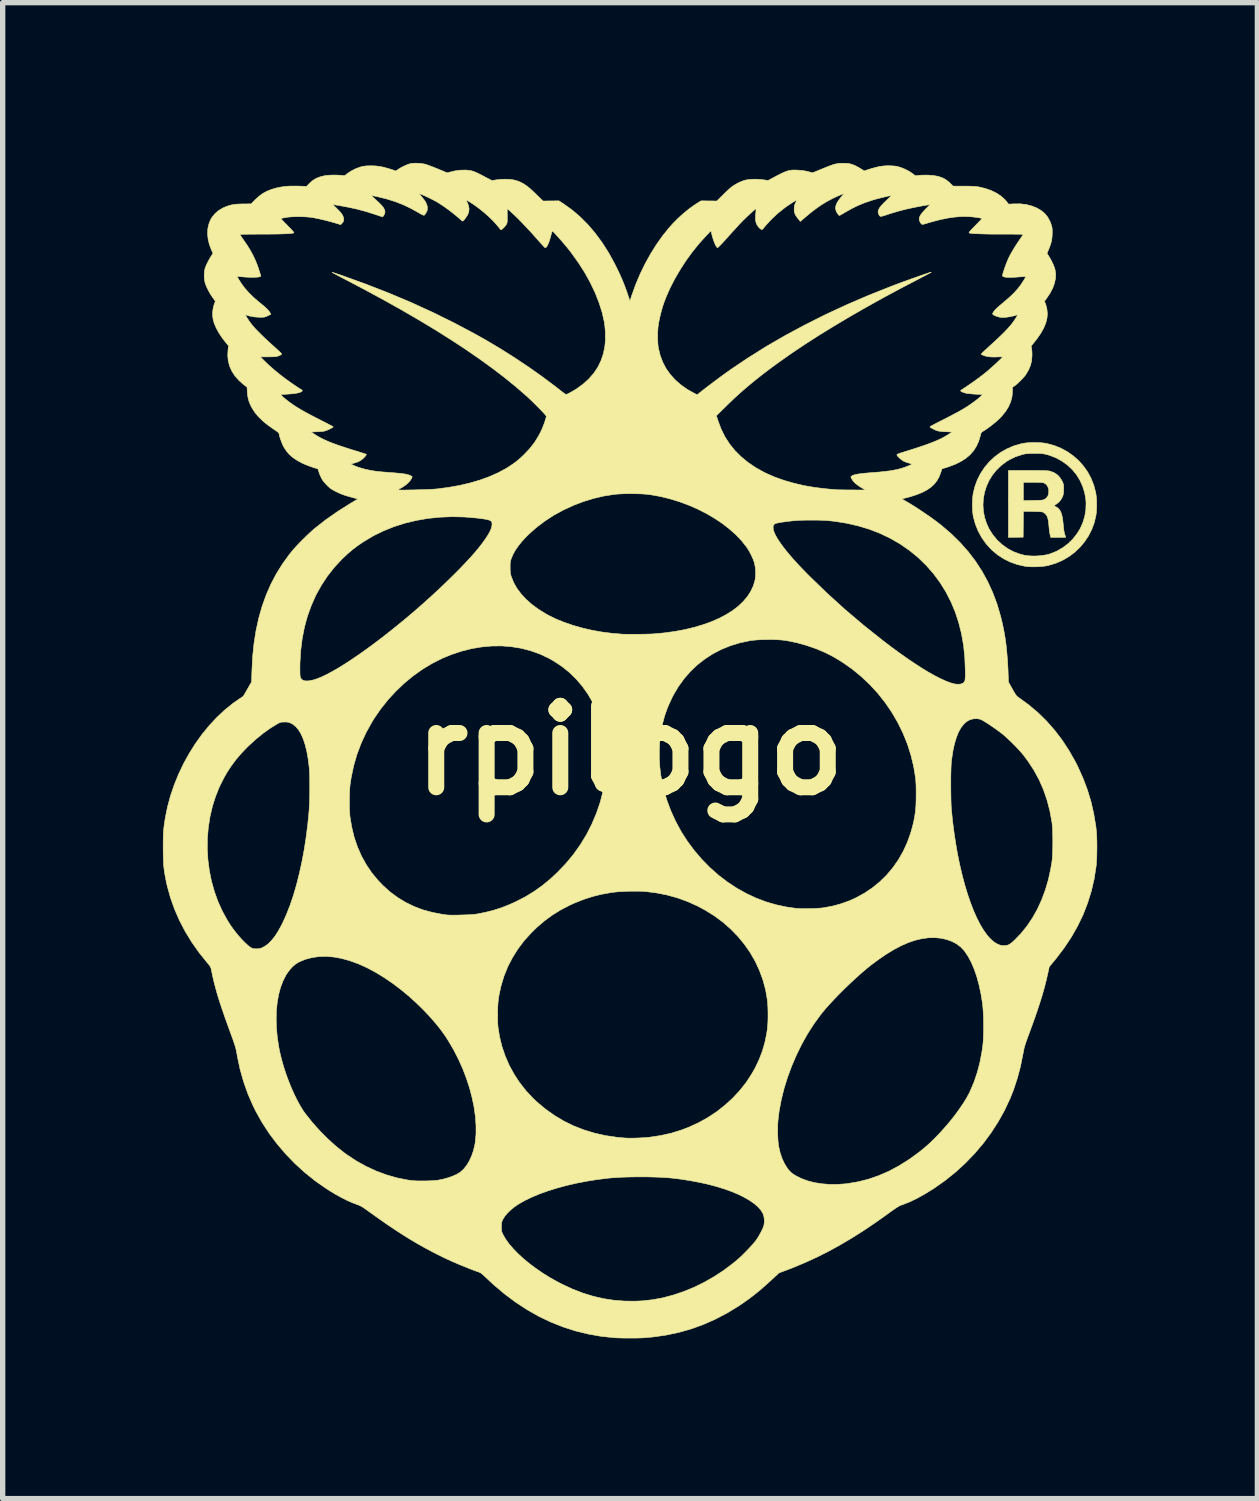
<source format=kicad_pcb>
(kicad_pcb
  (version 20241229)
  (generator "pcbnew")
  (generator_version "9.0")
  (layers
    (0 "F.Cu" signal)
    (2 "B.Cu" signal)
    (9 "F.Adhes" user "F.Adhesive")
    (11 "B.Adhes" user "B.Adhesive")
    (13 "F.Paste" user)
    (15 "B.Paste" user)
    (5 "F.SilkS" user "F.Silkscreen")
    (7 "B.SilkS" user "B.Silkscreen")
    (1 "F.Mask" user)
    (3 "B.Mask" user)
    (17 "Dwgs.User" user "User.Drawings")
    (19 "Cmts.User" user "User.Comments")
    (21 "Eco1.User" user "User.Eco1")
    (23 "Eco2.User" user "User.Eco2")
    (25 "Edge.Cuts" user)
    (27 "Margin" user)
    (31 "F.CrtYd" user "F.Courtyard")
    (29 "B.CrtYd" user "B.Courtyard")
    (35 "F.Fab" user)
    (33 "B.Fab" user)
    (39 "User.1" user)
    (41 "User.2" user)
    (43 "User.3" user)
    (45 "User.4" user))
  (footprint "rpilogo"
    (layer "F.Cu")
    (at 8.746 11)
    (property "Reference" "rpilogo" (at 0 0 0) (layer "F.SilkS") (effects (font (size 1.524 1.524) (thickness 0.3))))
    (attr through_hole)
    (fp_poly (pts (xy 7.54 -5.242) (xy 7.617 -5.242) (xy 7.68 -5.241) (xy 7.731 -5.24) (xy 7.772 -5.239) (xy 7.804 -5.237) (xy 7.828 -5.235) (xy 7.848 -5.232) (xy 7.863 -5.229) (xy 7.863 -5.229) (xy 7.936 -5.202) (xy 7.998 -5.162) (xy 8.048 -5.11) (xy 8.087 -5.047) (xy 8.101 -5.018) (xy 8.11 -4.994) (xy 8.115 -4.972) (xy 8.118 -4.946) (xy 8.118 -4.91) (xy 8.118 -4.893) (xy 8.117 -4.847) (xy 8.114 -4.812) (xy 8.108 -4.783) (xy 8.099 -4.755) (xy 8.098 -4.753) (xy 8.068 -4.697) (xy 8.025 -4.646) (xy 7.974 -4.607) (xy 7.971 -4.605) (xy 7.933 -4.583) (xy 7.973 -4.563) (xy 8.008 -4.54) (xy 8.037 -4.511) (xy 8.061 -4.473) (xy 8.079 -4.425) (xy 8.093 -4.365) (xy 8.104 -4.29) (xy 8.11 -4.232) (xy 8.117 -4.162) (xy 8.124 -4.107) (xy 8.132 -4.066) (xy 8.14 -4.039) (xy 8.149 -4.014) (xy 8.155 -3.996) (xy 8.157 -3.991) (xy 8.149 -3.99) (xy 8.127 -3.99) (xy 8.093 -3.989) (xy 8.051 -3.989) (xy 8.017 -3.989) (xy 7.876 -3.989) (xy 7.868 -4.021) (xy 7.862 -4.049) (xy 7.856 -4.075) (xy 7.852 -4.104) (xy 7.848 -4.139) (xy 7.843 -4.187) (xy 7.842 -4.206) (xy 7.837 -4.251) (xy 7.831 -4.295) (xy 7.825 -4.332) (xy 7.82 -4.353) (xy 7.8 -4.398) (xy 7.77 -4.435) (xy 7.734 -4.46) (xy 7.718 -4.465) (xy 7.698 -4.468) (xy 7.664 -4.471) (xy 7.619 -4.473) (xy 7.567 -4.474) (xy 7.524 -4.475) (xy 7.365 -4.475) (xy 7.362 -4.234) (xy 7.36 -3.993) (xy 7.222 -3.991) (xy 7.083 -3.989) (xy 7.083 -5.02) (xy 7.364 -5.02) (xy 7.364 -4.678) (xy 7.545 -4.681) (xy 7.607 -4.682) (xy 7.654 -4.683) (xy 7.689 -4.685) (xy 7.715 -4.687) (xy 7.734 -4.691) (xy 7.748 -4.695) (xy 7.761 -4.701) (xy 7.798 -4.729) (xy 7.824 -4.768) (xy 7.838 -4.816) (xy 7.839 -4.872) (xy 7.835 -4.9) (xy 7.817 -4.947) (xy 7.788 -4.984) (xy 7.749 -5.007) (xy 7.74 -5.011) (xy 7.719 -5.014) (xy 7.684 -5.017) (xy 7.635 -5.019) (xy 7.577 -5.02) (xy 7.536 -5.02) (xy 7.364 -5.02) (xy 7.083 -5.02) (xy 7.083 -5.242) (xy 7.448 -5.242) (xy 7.54 -5.242)) (stroke (width 0.01) (type solid)) (fill yes) (layer "F.SilkS"))
    (fp_poly (pts (xy 7.671 -5.763) (xy 7.752 -5.755) (xy 7.805 -5.746) (xy 7.941 -5.709) (xy 8.07 -5.657) (xy 8.19 -5.591) (xy 8.3 -5.513) (xy 8.401 -5.424) (xy 8.49 -5.323) (xy 8.567 -5.214) (xy 8.631 -5.095) (xy 8.681 -4.969) (xy 8.716 -4.836) (xy 8.723 -4.799) (xy 8.731 -4.738) (xy 8.735 -4.666) (xy 8.736 -4.59) (xy 8.734 -4.514) (xy 8.729 -4.446) (xy 8.723 -4.402) (xy 8.692 -4.268) (xy 8.645 -4.14) (xy 8.584 -4.019) (xy 8.509 -3.907) (xy 8.423 -3.804) (xy 8.325 -3.711) (xy 8.217 -3.63) (xy 8.099 -3.561) (xy 7.973 -3.506) (xy 7.84 -3.466) (xy 7.812 -3.459) (xy 7.755 -3.45) (xy 7.686 -3.443) (xy 7.612 -3.439) (xy 7.537 -3.438) (xy 7.467 -3.44) (xy 7.407 -3.446) (xy 7.396 -3.448) (xy 7.256 -3.479) (xy 7.124 -3.525) (xy 6.999 -3.586) (xy 6.883 -3.661) (xy 6.777 -3.75) (xy 6.759 -3.767) (xy 6.665 -3.871) (xy 6.584 -3.985) (xy 6.517 -4.108) (xy 6.465 -4.237) (xy 6.428 -4.371) (xy 6.422 -4.404) (xy 6.414 -4.465) (xy 6.41 -4.536) (xy 6.409 -4.599) (xy 6.608 -4.599) (xy 6.615 -4.482) (xy 6.637 -4.367) (xy 6.673 -4.254) (xy 6.723 -4.145) (xy 6.789 -4.041) (xy 6.869 -3.944) (xy 6.871 -3.941) (xy 6.967 -3.853) (xy 7.07 -3.779) (xy 7.181 -3.72) (xy 7.301 -3.676) (xy 7.377 -3.656) (xy 7.443 -3.646) (xy 7.519 -3.641) (xy 7.601 -3.641) (xy 7.683 -3.646) (xy 7.759 -3.656) (xy 7.82 -3.668) (xy 7.866 -3.682) (xy 7.919 -3.702) (xy 7.97 -3.723) (xy 7.991 -3.733) (xy 8.101 -3.796) (xy 8.201 -3.871) (xy 8.289 -3.957) (xy 8.365 -4.053) (xy 8.429 -4.156) (xy 8.478 -4.267) (xy 8.513 -4.384) (xy 8.533 -4.505) (xy 8.537 -4.628) (xy 8.533 -4.699) (xy 8.511 -4.826) (xy 8.473 -4.947) (xy 8.422 -5.059) (xy 8.357 -5.164) (xy 8.279 -5.259) (xy 8.189 -5.343) (xy 8.088 -5.416) (xy 7.978 -5.477) (xy 7.858 -5.524) (xy 7.809 -5.538) (xy 7.777 -5.546) (xy 7.749 -5.552) (xy 7.721 -5.556) (xy 7.689 -5.559) (xy 7.648 -5.56) (xy 7.597 -5.56) (xy 7.573 -5.56) (xy 7.516 -5.56) (xy 7.472 -5.559) (xy 7.437 -5.557) (xy 7.408 -5.554) (xy 7.38 -5.549) (xy 7.35 -5.542) (xy 7.337 -5.538) (xy 7.215 -5.498) (xy 7.104 -5.444) (xy 7.046 -5.409) (xy 6.944 -5.332) (xy 6.856 -5.245) (xy 6.781 -5.151) (xy 6.719 -5.049) (xy 6.671 -4.941) (xy 6.636 -4.829) (xy 6.615 -4.715) (xy 6.608 -4.599) (xy 6.409 -4.599) (xy 6.409 -4.612) (xy 6.411 -4.688) (xy 6.417 -4.757) (xy 6.422 -4.799) (xy 6.454 -4.935) (xy 6.501 -5.064) (xy 6.562 -5.185) (xy 6.637 -5.298) (xy 6.723 -5.401) (xy 6.822 -5.494) (xy 6.93 -5.575) (xy 7.049 -5.643) (xy 7.176 -5.699) (xy 7.311 -5.739) (xy 7.341 -5.746) (xy 7.413 -5.758) (xy 7.496 -5.764) (xy 7.584 -5.766) (xy 7.671 -5.763)) (stroke (width 0.01) (type solid)) (fill yes) (layer "F.SilkS"))
    (fp_poly (pts (xy -3.953 -10.993) (xy -3.894 -10.987) (xy -3.848 -10.979) (xy -3.82 -10.971) (xy -3.779 -10.957) (xy -3.73 -10.939) (xy -3.675 -10.918) (xy -3.619 -10.895) (xy -3.601 -10.888) (xy -3.423 -10.814) (xy -3.333 -10.838) (xy -3.261 -10.854) (xy -3.188 -10.863) (xy -3.144 -10.865) (xy -3.073 -10.866) (xy -3.012 -10.861) (xy -2.955 -10.849) (xy -2.897 -10.828) (xy -2.833 -10.799) (xy -2.813 -10.788) (xy -2.768 -10.765) (xy -2.722 -10.74) (xy -2.679 -10.718) (xy -2.65 -10.703) (xy -2.586 -10.67) (xy -2.488 -10.685) (xy -2.413 -10.693) (xy -2.335 -10.695) (xy -2.26 -10.692) (xy -2.192 -10.684) (xy -2.152 -10.675) (xy -2.096 -10.658) (xy -2.044 -10.636) (xy -1.992 -10.608) (xy -1.94 -10.573) (xy -1.884 -10.529) (xy -1.823 -10.474) (xy -1.755 -10.409) (xy -1.63 -10.287) (xy -1.481 -10.288) (xy -1.331 -10.29) (xy -1.243 -10.232) (xy -1.084 -10.118) (xy -0.933 -9.989) (xy -0.789 -9.845) (xy -0.653 -9.685) (xy -0.524 -9.51) (xy -0.403 -9.321) (xy -0.29 -9.116) (xy -0.252 -9.039) (xy -0.196 -8.923) (xy -0.148 -8.814) (xy -0.105 -8.708) (xy -0.065 -8.6) (xy -0.044 -8.538) (xy -0.003 -8.414) (xy 0.033 -8.522) (xy 0.105 -8.722) (xy 0.188 -8.918) (xy 0.281 -9.11) (xy 0.383 -9.294) (xy 0.492 -9.469) (xy 0.608 -9.633) (xy 0.729 -9.783) (xy 0.807 -9.87) (xy 0.899 -9.963) (xy 0.999 -10.053) (xy 1.1 -10.136) (xy 1.201 -10.209) (xy 1.263 -10.249) (xy 1.329 -10.29) (xy 1.477 -10.288) (xy 1.625 -10.287) (xy 1.744 -10.405) (xy 1.785 -10.445) (xy 1.826 -10.484) (xy 1.864 -10.518) (xy 1.897 -10.546) (xy 1.919 -10.563) (xy 1.979 -10.601) (xy 2.045 -10.636) (xy 2.112 -10.663) (xy 2.152 -10.676) (xy 2.21 -10.687) (xy 2.279 -10.694) (xy 2.354 -10.695) (xy 2.431 -10.691) (xy 2.487 -10.685) (xy 2.584 -10.671) (xy 2.675 -10.72) (xy 2.75 -10.76) (xy 2.813 -10.792) (xy 2.867 -10.818) (xy 2.912 -10.837) (xy 2.953 -10.851) (xy 2.991 -10.86) (xy 3.028 -10.865) (xy 3.068 -10.867) (xy 3.112 -10.866) (xy 3.14 -10.865) (xy 3.229 -10.858) (xy 3.31 -10.843) (xy 3.33 -10.838) (xy 3.417 -10.815) (xy 3.501 -10.849) (xy 3.545 -10.867) (xy 3.598 -10.889) (xy 3.65 -10.91) (xy 3.679 -10.922) (xy 3.751 -10.95) (xy 3.812 -10.971) (xy 3.868 -10.985) (xy 3.921 -10.992) (xy 3.977 -10.994) (xy 4.014 -10.993) (xy 4.061 -10.991) (xy 4.097 -10.987) (xy 4.127 -10.981) (xy 4.157 -10.971) (xy 4.181 -10.963) (xy 4.222 -10.945) (xy 4.268 -10.921) (xy 4.31 -10.897) (xy 4.316 -10.893) (xy 4.383 -10.85) (xy 4.486 -10.884) (xy 4.535 -10.899) (xy 4.587 -10.913) (xy 4.635 -10.925) (xy 4.667 -10.932) (xy 4.737 -10.942) (xy 4.813 -10.947) (xy 4.889 -10.946) (xy 4.959 -10.941) (xy 5.008 -10.933) (xy 5.075 -10.912) (xy 5.147 -10.883) (xy 5.217 -10.847) (xy 5.278 -10.808) (xy 5.285 -10.802) (xy 5.341 -10.76) (xy 5.409 -10.767) (xy 5.444 -10.77) (xy 5.491 -10.771) (xy 5.542 -10.772) (xy 5.591 -10.771) (xy 5.687 -10.763) (xy 5.769 -10.748) (xy 5.84 -10.724) (xy 5.905 -10.691) (xy 5.964 -10.647) (xy 5.992 -10.621) (xy 6.047 -10.566) (xy 6.252 -10.565) (xy 6.327 -10.565) (xy 6.388 -10.563) (xy 6.437 -10.561) (xy 6.478 -10.558) (xy 6.514 -10.553) (xy 6.538 -10.549) (xy 6.653 -10.521) (xy 6.761 -10.483) (xy 6.858 -10.436) (xy 6.943 -10.38) (xy 7.015 -10.316) (xy 7.049 -10.277) (xy 7.087 -10.228) (xy 7.181 -10.233) (xy 7.305 -10.234) (xy 7.421 -10.22) (xy 7.529 -10.191) (xy 7.616 -10.156) (xy 7.697 -10.109) (xy 7.763 -10.054) (xy 7.817 -9.988) (xy 7.86 -9.91) (xy 7.879 -9.862) (xy 7.89 -9.828) (xy 7.898 -9.8) (xy 7.902 -9.773) (xy 7.904 -9.74) (xy 7.904 -9.696) (xy 7.904 -9.687) (xy 7.901 -9.615) (xy 7.893 -9.55) (xy 7.877 -9.486) (xy 7.852 -9.417) (xy 7.837 -9.379) (xy 7.806 -9.307) (xy 7.845 -9.245) (xy 7.887 -9.173) (xy 7.921 -9.101) (xy 7.947 -9.035) (xy 7.957 -9.001) (xy 7.969 -8.921) (xy 7.965 -8.837) (xy 7.946 -8.748) (xy 7.913 -8.656) (xy 7.865 -8.563) (xy 7.802 -8.469) (xy 7.796 -8.46) (xy 7.758 -8.41) (xy 7.774 -8.372) (xy 7.784 -8.345) (xy 7.794 -8.309) (xy 7.803 -8.27) (xy 7.805 -8.262) (xy 7.813 -8.179) (xy 7.806 -8.093) (xy 7.784 -8.004) (xy 7.746 -7.911) (xy 7.692 -7.814) (xy 7.622 -7.712) (xy 7.584 -7.663) (xy 7.509 -7.57) (xy 7.518 -7.526) (xy 7.522 -7.497) (xy 7.525 -7.458) (xy 7.526 -7.415) (xy 7.526 -7.399) (xy 7.519 -7.302) (xy 7.498 -7.212) (xy 7.461 -7.124) (xy 7.409 -7.036) (xy 7.403 -7.028) (xy 7.376 -6.994) (xy 7.341 -6.955) (xy 7.301 -6.915) (xy 7.26 -6.876) (xy 7.223 -6.843) (xy 7.195 -6.823) (xy 7.16 -6.799) (xy 7.16 -6.725) (xy 7.152 -6.626) (xy 7.127 -6.53) (xy 7.086 -6.436) (xy 7.029 -6.344) (xy 6.955 -6.254) (xy 6.903 -6.201) (xy 6.858 -6.16) (xy 6.805 -6.116) (xy 6.749 -6.072) (xy 6.693 -6.031) (xy 6.642 -5.996) (xy 6.605 -5.974) (xy 6.588 -5.963) (xy 6.577 -5.95) (xy 6.568 -5.931) (xy 6.56 -5.901) (xy 6.559 -5.895) (xy 6.527 -5.79) (xy 6.485 -5.696) (xy 6.431 -5.611) (xy 6.365 -5.536) (xy 6.286 -5.469) (xy 6.193 -5.41) (xy 6.086 -5.357) (xy 5.963 -5.311) (xy 5.929 -5.3) (xy 5.84 -5.272) (xy 5.817 -5.203) (xy 5.786 -5.122) (xy 5.745 -5.05) (xy 5.695 -4.986) (xy 5.633 -4.929) (xy 5.56 -4.878) (xy 5.473 -4.832) (xy 5.372 -4.791) (xy 5.256 -4.753) (xy 5.196 -4.737) (xy 5.088 -4.709) (xy 5.151 -4.673) (xy 5.263 -4.607) (xy 5.38 -4.533) (xy 5.5 -4.453) (xy 5.618 -4.372) (xy 5.729 -4.291) (xy 5.829 -4.214) (xy 5.83 -4.213) (xy 6.012 -4.057) (xy 6.178 -3.894) (xy 6.33 -3.723) (xy 6.466 -3.545) (xy 6.588 -3.358) (xy 6.696 -3.161) (xy 6.79 -2.956) (xy 6.871 -2.74) (xy 6.937 -2.514) (xy 6.946 -2.48) (xy 6.976 -2.352) (xy 7.002 -2.224) (xy 7.024 -2.094) (xy 7.042 -1.959) (xy 7.056 -1.817) (xy 7.068 -1.664) (xy 7.077 -1.499) (xy 7.079 -1.431) (xy 7.085 -1.28) (xy 7.158 -1.149) (xy 7.185 -1.102) (xy 7.206 -1.067) (xy 7.223 -1.041) (xy 7.237 -1.022) (xy 7.252 -1.008) (xy 7.269 -0.995) (xy 7.288 -0.982) (xy 7.467 -0.851) (xy 7.638 -0.707) (xy 7.798 -0.55) (xy 7.949 -0.378) (xy 8.089 -0.195) (xy 8.218 0.002) (xy 8.336 0.21) (xy 8.383 0.303) (xy 8.481 0.52) (xy 8.563 0.738) (xy 8.63 0.959) (xy 8.682 1.187) (xy 8.721 1.423) (xy 8.725 1.458) (xy 8.732 1.526) (xy 8.737 1.608) (xy 8.74 1.699) (xy 8.741 1.795) (xy 8.74 1.892) (xy 8.738 1.985) (xy 8.734 2.071) (xy 8.728 2.147) (xy 8.725 2.173) (xy 8.689 2.406) (xy 8.636 2.633) (xy 8.567 2.855) (xy 8.483 3.072) (xy 8.381 3.284) (xy 8.264 3.491) (xy 8.13 3.693) (xy 7.98 3.891) (xy 7.936 3.945) (xy 7.849 4.049) (xy 7.816 4.199) (xy 7.792 4.303) (xy 7.766 4.407) (xy 7.737 4.512) (xy 7.705 4.621) (xy 7.669 4.735) (xy 7.629 4.857) (xy 7.584 4.989) (xy 7.532 5.133) (xy 7.48 5.276) (xy 7.452 5.351) (xy 7.43 5.412) (xy 7.412 5.462) (xy 7.398 5.504) (xy 7.387 5.541) (xy 7.378 5.574) (xy 7.371 5.607) (xy 7.364 5.642) (xy 7.357 5.682) (xy 7.355 5.689) (xy 7.309 5.919) (xy 7.25 6.14) (xy 7.18 6.352) (xy 7.117 6.512) (xy 7.014 6.733) (xy 6.895 6.947) (xy 6.762 7.154) (xy 6.615 7.353) (xy 6.454 7.543) (xy 6.281 7.723) (xy 6.096 7.893) (xy 5.899 8.051) (xy 5.692 8.197) (xy 5.672 8.21) (xy 5.523 8.302) (xy 5.381 8.381) (xy 5.246 8.447) (xy 5.119 8.498) (xy 5.076 8.513) (xy 5.055 8.521) (xy 5.03 8.535) (xy 4.998 8.554) (xy 4.959 8.58) (xy 4.909 8.615) (xy 4.848 8.658) (xy 4.831 8.671) (xy 4.596 8.838) (xy 4.368 8.992) (xy 4.146 9.132) (xy 3.927 9.261) (xy 3.711 9.38) (xy 3.495 9.488) (xy 3.277 9.588) (xy 3.057 9.68) (xy 2.94 9.725) (xy 2.788 9.782) (xy 2.645 9.915) (xy 2.532 10.017) (xy 2.427 10.109) (xy 2.324 10.192) (xy 2.223 10.269) (xy 2.117 10.344) (xy 2.033 10.401) (xy 1.818 10.532) (xy 1.599 10.647) (xy 1.376 10.746) (xy 1.148 10.829) (xy 0.915 10.895) (xy 0.676 10.946) (xy 0.43 10.981) (xy 0.273 10.995) (xy 0.207 10.999) (xy 0.129 11.001) (xy 0.043 11.002) (xy -0.045 11.002) (xy -0.131 11.001) (xy -0.211 10.999) (xy -0.28 10.996) (xy -0.293 10.995) (xy -0.541 10.969) (xy -0.784 10.926) (xy -1.022 10.868) (xy -1.255 10.793) (xy -1.484 10.702) (xy -1.708 10.595) (xy -1.927 10.471) (xy -2.141 10.331) (xy -2.351 10.174) (xy -2.556 10.001) (xy -2.706 9.861) (xy -2.742 9.827) (xy -2.769 9.803) (xy -2.791 9.786) (xy -2.812 9.775) (xy -2.834 9.765) (xy -2.851 9.759) (xy -2.89 9.746) (xy -2.942 9.726) (xy -3.003 9.703) (xy -3.07 9.676) (xy -3.139 9.648) (xy -3.207 9.62) (xy -3.272 9.592) (xy -3.33 9.567) (xy -3.33 9.567) (xy -3.499 9.489) (xy -3.665 9.406) (xy -3.831 9.318) (xy -3.998 9.224) (xy -4.168 9.122) (xy -4.342 9.011) (xy -4.479 8.92) (xy -2.408 8.92) (xy -2.408 8.96) (xy -2.406 8.988) (xy -2.401 9.012) (xy -2.392 9.035) (xy -2.378 9.064) (xy -2.376 9.069) (xy -2.326 9.154) (xy -2.262 9.243) (xy -2.183 9.334) (xy -2.092 9.427) (xy -1.99 9.52) (xy -1.879 9.611) (xy -1.758 9.701) (xy -1.631 9.788) (xy -1.498 9.871) (xy -1.36 9.948) (xy -1.279 9.99) (xy -1.08 10.083) (xy -0.884 10.159) (xy -0.689 10.219) (xy -0.494 10.264) (xy -0.298 10.294) (xy -0.098 10.309) (xy 0.108 10.31) (xy 0.225 10.305) (xy 0.417 10.284) (xy 0.613 10.248) (xy 0.809 10.196) (xy 1.005 10.13) (xy 1.2 10.05) (xy 1.391 9.956) (xy 1.577 9.85) (xy 1.757 9.732) (xy 1.929 9.602) (xy 2.007 9.537) (xy 2.058 9.492) (xy 2.113 9.44) (xy 2.17 9.382) (xy 2.226 9.324) (xy 2.278 9.268) (xy 2.323 9.216) (xy 2.355 9.176) (xy 2.388 9.128) (xy 2.42 9.075) (xy 2.451 9.019) (xy 2.477 8.966) (xy 2.497 8.919) (xy 2.507 8.888) (xy 2.514 8.834) (xy 2.513 8.775) (xy 2.504 8.718) (xy 2.488 8.67) (xy 2.487 8.667) (xy 2.447 8.604) (xy 2.391 8.541) (xy 2.319 8.48) (xy 2.233 8.421) (xy 2.134 8.364) (xy 2.022 8.309) (xy 1.898 8.257) (xy 1.763 8.209) (xy 1.617 8.164) (xy 1.463 8.123) (xy 1.3 8.087) (xy 1.13 8.055) (xy 0.953 8.027) (xy 0.77 8.005) (xy 0.758 8.004) (xy 0.67 7.997) (xy 0.569 7.991) (xy 0.457 7.987) (xy 0.338 7.984) (xy 0.214 7.983) (xy 0.089 7.984) (xy -0.033 7.986) (xy -0.151 7.99) (xy -0.259 7.996) (xy -0.357 8.003) (xy -0.409 8.008) (xy -0.61 8.033) (xy -0.807 8.064) (xy -0.999 8.101) (xy -1.185 8.144) (xy -1.363 8.192) (xy -1.531 8.244) (xy -1.689 8.3) (xy -1.834 8.361) (xy -1.966 8.424) (xy -2.084 8.491) (xy -2.122 8.516) (xy -2.186 8.562) (xy -2.246 8.613) (xy -2.299 8.666) (xy -2.343 8.718) (xy -2.374 8.767) (xy -2.379 8.775) (xy -2.392 8.804) (xy -2.401 8.827) (xy -2.405 8.85) (xy -2.407 8.879) (xy -2.408 8.92) (xy -4.479 8.92) (xy -4.523 8.891) (xy -4.712 8.759) (xy -4.88 8.639) (xy -4.933 8.601) (xy -4.975 8.571) (xy -5.009 8.549) (xy -5.037 8.533) (xy -5.063 8.52) (xy -5.088 8.51) (xy -5.104 8.504) (xy -5.196 8.469) (xy -5.298 8.424) (xy -5.406 8.37) (xy -5.518 8.308) (xy -5.631 8.239) (xy -5.689 8.202) (xy -5.895 8.058) (xy -6.09 7.901) (xy -6.275 7.733) (xy -6.448 7.554) (xy -6.608 7.366) (xy -6.756 7.17) (xy -6.889 6.966) (xy -7.007 6.755) (xy -7.054 6.66) (xy -7.152 6.437) (xy -7.234 6.206) (xy -7.301 5.97) (xy -7.352 5.731) (xy -7.356 5.705) (xy -7.363 5.668) (xy -7.369 5.634) (xy -7.375 5.604) (xy -7.383 5.573) (xy -7.392 5.54) (xy -7.404 5.503) (xy -7.418 5.46) (xy -7.436 5.408) (xy -7.459 5.345) (xy -7.487 5.269) (xy -7.497 5.241) (xy -7.55 5.094) (xy -7.573 5.031) (xy -6.625 5.031) (xy -6.62 5.199) (xy -6.604 5.372) (xy -6.577 5.55) (xy -6.558 5.647) (xy -6.527 5.775) (xy -6.49 5.907) (xy -6.447 6.042) (xy -6.398 6.175) (xy -6.346 6.306) (xy -6.29 6.431) (xy -6.233 6.548) (xy -6.175 6.654) (xy -6.117 6.748) (xy -6.08 6.8) (xy -5.948 6.965) (xy -5.807 7.123) (xy -5.659 7.272) (xy -5.506 7.41) (xy -5.35 7.534) (xy -5.3 7.57) (xy -5.122 7.687) (xy -4.938 7.789) (xy -4.749 7.876) (xy -4.556 7.947) (xy -4.361 8.003) (xy -4.164 8.042) (xy -4.1 8.051) (xy -4.05 8.056) (xy -3.988 8.059) (xy -3.919 8.06) (xy -3.846 8.06) (xy -3.773 8.058) (xy -3.703 8.055) (xy -3.642 8.05) (xy -3.592 8.045) (xy -3.578 8.042) (xy -3.483 8.022) (xy -3.393 7.996) (xy -3.312 7.966) (xy -3.241 7.934) (xy -3.184 7.899) (xy -3.173 7.891) (xy -3.112 7.835) (xy -3.056 7.763) (xy -3.007 7.68) (xy -2.964 7.586) (xy -2.93 7.485) (xy -2.905 7.377) (xy -2.898 7.334) (xy -2.884 7.182) (xy -2.884 7.021) (xy -2.896 6.853) (xy -2.92 6.679) (xy -2.957 6.502) (xy -3.004 6.322) (xy -3.063 6.141) (xy -3.132 5.96) (xy -3.212 5.782) (xy -3.301 5.608) (xy -3.4 5.439) (xy -3.461 5.344) (xy -3.548 5.222) (xy -3.65 5.096) (xy -3.763 4.967) (xy -3.767 4.963) (xy -2.48 4.963) (xy -2.479 5.04) (xy -2.477 5.11) (xy -2.473 5.169) (xy -2.472 5.178) (xy -2.443 5.363) (xy -2.398 5.544) (xy -2.337 5.722) (xy -2.262 5.895) (xy -2.171 6.061) (xy -2.067 6.22) (xy -1.95 6.369) (xy -1.82 6.509) (xy -1.747 6.578) (xy -1.586 6.713) (xy -1.417 6.833) (xy -1.242 6.938) (xy -1.058 7.028) (xy -0.867 7.103) (xy -0.667 7.164) (xy -0.459 7.211) (xy -0.241 7.243) (xy -0.085 7.257) (xy -0.044 7.258) (xy 0.009 7.259) (xy 0.072 7.258) (xy 0.14 7.256) (xy 0.208 7.253) (xy 0.273 7.249) (xy 0.332 7.244) (xy 0.372 7.24) (xy 0.577 7.209) (xy 0.774 7.165) (xy 0.964 7.105) (xy 1.037 7.078) (xy 2.763 7.078) (xy 2.764 7.16) (xy 2.766 7.242) (xy 2.771 7.318) (xy 2.778 7.385) (xy 2.783 7.415) (xy 2.809 7.529) (xy 2.845 7.637) (xy 2.89 7.734) (xy 2.944 7.82) (xy 2.954 7.834) (xy 2.984 7.87) (xy 3.013 7.9) (xy 3.047 7.926) (xy 3.089 7.954) (xy 3.102 7.961) (xy 3.206 8.014) (xy 3.322 8.057) (xy 3.449 8.09) (xy 3.585 8.112) (xy 3.728 8.124) (xy 3.878 8.124) (xy 4.031 8.114) (xy 4.07 8.109) (xy 4.267 8.076) (xy 4.463 8.027) (xy 4.656 7.96) (xy 4.847 7.877) (xy 5.035 7.776) (xy 5.222 7.659) (xy 5.407 7.525) (xy 5.507 7.444) (xy 5.602 7.361) (xy 5.699 7.267) (xy 5.797 7.166) (xy 5.893 7.059) (xy 5.987 6.949) (xy 6.076 6.837) (xy 6.158 6.725) (xy 6.232 6.617) (xy 6.297 6.513) (xy 6.35 6.416) (xy 6.365 6.384) (xy 6.44 6.209) (xy 6.501 6.027) (xy 6.551 5.836) (xy 6.589 5.635) (xy 6.603 5.536) (xy 6.61 5.467) (xy 6.615 5.386) (xy 6.618 5.294) (xy 6.619 5.197) (xy 6.619 5.097) (xy 6.617 4.999) (xy 6.613 4.905) (xy 6.607 4.821) (xy 6.6 4.749) (xy 6.599 4.739) (xy 6.57 4.56) (xy 6.534 4.392) (xy 6.492 4.236) (xy 6.443 4.094) (xy 6.388 3.966) (xy 6.327 3.852) (xy 6.26 3.754) (xy 6.253 3.745) (xy 6.189 3.678) (xy 6.113 3.621) (xy 6.026 3.575) (xy 5.928 3.54) (xy 5.823 3.516) (xy 5.71 3.505) (xy 5.709 3.505) (xy 5.59 3.507) (xy 5.468 3.523) (xy 5.343 3.552) (xy 5.215 3.595) (xy 5.082 3.653) (xy 4.944 3.725) (xy 4.801 3.812) (xy 4.651 3.914) (xy 4.501 4.026) (xy 4.415 4.096) (xy 4.323 4.175) (xy 4.226 4.262) (xy 4.127 4.354) (xy 4.027 4.45) (xy 3.929 4.547) (xy 3.835 4.644) (xy 3.747 4.738) (xy 3.668 4.826) (xy 3.599 4.908) (xy 3.569 4.946) (xy 3.443 5.119) (xy 3.324 5.304) (xy 3.215 5.499) (xy 3.115 5.702) (xy 3.026 5.91) (xy 2.948 6.121) (xy 2.882 6.333) (xy 2.83 6.545) (xy 2.791 6.753) (xy 2.77 6.929) (xy 2.765 6.999) (xy 2.763 7.078) (xy 1.037 7.078) (xy 1.092 7.057) (xy 1.278 6.972) (xy 1.455 6.874) (xy 1.622 6.764) (xy 1.778 6.641) (xy 1.923 6.508) (xy 2.056 6.365) (xy 2.176 6.213) (xy 2.281 6.051) (xy 2.345 5.938) (xy 2.419 5.781) (xy 2.478 5.626) (xy 2.524 5.467) (xy 2.558 5.3) (xy 2.57 5.22) (xy 2.576 5.156) (xy 2.581 5.079) (xy 2.583 4.994) (xy 2.583 4.907) (xy 2.581 4.822) (xy 2.577 4.744) (xy 2.571 4.676) (xy 2.57 4.667) (xy 2.537 4.478) (xy 2.487 4.295) (xy 2.422 4.118) (xy 2.343 3.947) (xy 2.248 3.783) (xy 2.14 3.628) (xy 2.018 3.48) (xy 1.883 3.342) (xy 1.736 3.213) (xy 1.576 3.095) (xy 1.404 2.988) (xy 1.27 2.916) (xy 1.082 2.831) (xy 0.89 2.761) (xy 0.692 2.706) (xy 0.488 2.666) (xy 0.295 2.642) (xy 0.227 2.637) (xy 0.147 2.635) (xy 0.059 2.635) (xy -0.033 2.636) (xy -0.124 2.64) (xy -0.211 2.645) (xy -0.288 2.652) (xy -0.345 2.659) (xy -0.53 2.692) (xy -0.703 2.735) (xy -0.87 2.789) (xy -1.034 2.854) (xy -1.131 2.898) (xy -1.3 2.986) (xy -1.455 3.082) (xy -1.601 3.189) (xy -1.741 3.309) (xy -1.85 3.415) (xy -1.983 3.562) (xy -2.1 3.717) (xy -2.202 3.88) (xy -2.289 4.048) (xy -2.36 4.224) (xy -2.415 4.405) (xy -2.455 4.591) (xy -2.467 4.679) (xy -2.473 4.737) (xy -2.477 4.807) (xy -2.479 4.884) (xy -2.48 4.963) (xy -3.767 4.963) (xy -3.886 4.839) (xy -4.016 4.713) (xy -4.152 4.591) (xy -4.292 4.476) (xy -4.434 4.368) (xy -4.438 4.365) (xy -4.606 4.25) (xy -4.77 4.15) (xy -4.933 4.064) (xy -5.092 3.993) (xy -5.247 3.937) (xy -5.398 3.895) (xy -5.545 3.868) (xy -5.687 3.856) (xy -5.824 3.859) (xy -5.955 3.878) (xy -6.079 3.911) (xy -6.197 3.96) (xy -6.216 3.97) (xy -6.266 4.003) (xy -6.319 4.049) (xy -6.37 4.105) (xy -6.418 4.169) (xy -6.442 4.206) (xy -6.498 4.316) (xy -6.544 4.438) (xy -6.58 4.572) (xy -6.605 4.716) (xy -6.621 4.87) (xy -6.625 5.031) (xy -7.573 5.031) (xy -7.597 4.961) (xy -7.639 4.84) (xy -7.676 4.728) (xy -7.709 4.625) (xy -7.738 4.528) (xy -7.763 4.435) (xy -7.787 4.345) (xy -7.808 4.254) (xy -7.828 4.162) (xy -7.841 4.098) (xy -7.847 4.074) (xy -7.856 4.054) (xy -7.869 4.032) (xy -7.89 4.004) (xy -7.916 3.974) (xy -8.069 3.784) (xy -8.207 3.588) (xy -8.33 3.386) (xy -8.438 3.179) (xy -8.53 2.967) (xy -8.606 2.752) (xy -8.666 2.534) (xy -8.685 2.448) (xy -8.699 2.375) (xy -8.711 2.311) (xy -8.72 2.253) (xy -8.727 2.198) (xy -8.733 2.141) (xy -8.736 2.082) (xy -8.739 2.015) (xy -8.74 1.939) (xy -8.741 1.849) (xy -8.741 1.846) (xy -7.915 1.846) (xy -7.903 2.047) (xy -7.877 2.248) (xy -7.837 2.446) (xy -7.783 2.639) (xy -7.715 2.828) (xy -7.633 3.01) (xy -7.537 3.184) (xy -7.474 3.283) (xy -7.429 3.345) (xy -7.381 3.408) (xy -7.33 3.47) (xy -7.278 3.528) (xy -7.227 3.581) (xy -7.179 3.627) (xy -7.136 3.665) (xy -7.098 3.692) (xy -7.073 3.705) (xy -7.027 3.714) (xy -6.974 3.714) (xy -6.921 3.705) (xy -6.893 3.696) (xy -6.83 3.662) (xy -6.768 3.615) (xy -6.708 3.553) (xy -6.648 3.477) (xy -6.588 3.384) (xy -6.528 3.275) (xy -6.503 3.226) (xy -6.432 3.068) (xy -6.364 2.895) (xy -6.301 2.708) (xy -6.243 2.508) (xy -6.19 2.297) (xy -6.142 2.077) (xy -6.099 1.848) (xy -6.063 1.612) (xy -6.033 1.371) (xy -6.012 1.159) (xy -6.007 1.089) (xy -6.003 1.009) (xy -6.002 0.981) (xy -5.254 0.981) (xy -5.254 1.061) (xy -5.251 1.135) (xy -5.247 1.198) (xy -5.244 1.236) (xy -5.211 1.435) (xy -5.165 1.625) (xy -5.104 1.805) (xy -5.029 1.976) (xy -4.939 2.138) (xy -4.836 2.29) (xy -4.718 2.433) (xy -4.623 2.532) (xy -4.49 2.651) (xy -4.349 2.755) (xy -4.201 2.845) (xy -4.044 2.921) (xy -3.878 2.984) (xy -3.701 3.032) (xy -3.515 3.068) (xy -3.426 3.08) (xy -3.397 3.082) (xy -3.354 3.083) (xy -3.301 3.083) (xy -3.24 3.083) (xy -3.174 3.081) (xy -3.108 3.079) (xy -3.044 3.077) (xy -2.986 3.074) (xy -2.936 3.07) (xy -2.898 3.067) (xy -2.885 3.065) (xy -2.717 3.033) (xy -2.559 2.993) (xy -2.406 2.944) (xy -2.254 2.884) (xy -2.127 2.826) (xy -1.955 2.737) (xy -1.794 2.638) (xy -1.639 2.527) (xy -1.488 2.403) (xy -1.361 2.284) (xy -1.204 2.12) (xy -1.06 1.947) (xy -0.931 1.765) (xy -0.815 1.575) (xy -0.715 1.378) (xy -0.629 1.175) (xy -0.558 0.967) (xy -0.504 0.755) (xy -0.466 0.539) (xy -0.451 0.415) (xy -0.447 0.358) (xy -0.445 0.289) (xy -0.445 0.213) (xy -0.445 0.149) (xy 0.548 0.149) (xy 0.557 0.307) (xy 0.575 0.462) (xy 0.605 0.621) (xy 0.627 0.715) (xy 0.686 0.923) (xy 0.762 1.127) (xy 0.852 1.324) (xy 0.955 1.515) (xy 1.072 1.698) (xy 1.201 1.872) (xy 1.342 2.037) (xy 1.494 2.192) (xy 1.655 2.335) (xy 1.826 2.465) (xy 2.005 2.583) (xy 2.192 2.686) (xy 2.363 2.765) (xy 2.545 2.834) (xy 2.734 2.889) (xy 2.924 2.93) (xy 3.113 2.957) (xy 3.12 2.957) (xy 3.169 2.96) (xy 3.23 2.962) (xy 3.299 2.962) (xy 3.372 2.961) (xy 3.445 2.959) (xy 3.514 2.955) (xy 3.573 2.951) (xy 3.618 2.946) (xy 3.791 2.914) (xy 3.955 2.869) (xy 4.112 2.812) (xy 4.232 2.758) (xy 4.391 2.67) (xy 4.54 2.57) (xy 4.679 2.456) (xy 4.806 2.331) (xy 4.921 2.194) (xy 5.024 2.047) (xy 5.114 1.889) (xy 5.191 1.721) (xy 5.254 1.545) (xy 5.288 1.425) (xy 5.309 1.338) (xy 5.325 1.259) (xy 5.337 1.184) (xy 5.346 1.108) (xy 5.352 1.028) (xy 5.355 0.94) (xy 5.356 0.839) (xy 5.356 0.835) (xy 5.356 0.753) (xy 5.355 0.677) (xy 5.353 0.616) (xy 6.005 0.616) (xy 6.005 0.704) (xy 6.006 0.79) (xy 6.007 0.873) (xy 6.009 0.95) (xy 6.011 1.017) (xy 6.014 1.073) (xy 6.016 1.1) (xy 6.038 1.321) (xy 6.066 1.537) (xy 6.098 1.749) (xy 6.134 1.954) (xy 6.175 2.152) (xy 6.22 2.342) (xy 6.268 2.522) (xy 6.32 2.693) (xy 6.375 2.854) (xy 6.432 3.002) (xy 6.493 3.138) (xy 6.555 3.26) (xy 6.62 3.367) (xy 6.686 3.459) (xy 6.729 3.509) (xy 6.794 3.571) (xy 6.859 3.616) (xy 6.924 3.644) (xy 6.989 3.655) (xy 7.054 3.649) (xy 7.071 3.644) (xy 7.092 3.636) (xy 7.114 3.623) (xy 7.14 3.604) (xy 7.173 3.575) (xy 7.201 3.549) (xy 7.322 3.424) (xy 7.433 3.286) (xy 7.535 3.134) (xy 7.626 2.972) (xy 7.706 2.798) (xy 7.774 2.615) (xy 7.831 2.423) (xy 7.875 2.222) (xy 7.899 2.08) (xy 7.905 2.025) (xy 7.909 1.958) (xy 7.912 1.88) (xy 7.914 1.796) (xy 7.915 1.708) (xy 7.914 1.621) (xy 7.912 1.537) (xy 7.909 1.461) (xy 7.904 1.395) (xy 7.899 1.347) (xy 7.86 1.134) (xy 7.807 0.93) (xy 7.74 0.734) (xy 7.657 0.546) (xy 7.559 0.366) (xy 7.445 0.193) (xy 7.364 0.085) (xy 7.321 0.034) (xy 7.268 -0.025) (xy 7.209 -0.087) (xy 7.146 -0.15) (xy 7.083 -0.21) (xy 7.024 -0.264) (xy 6.973 -0.308) (xy 6.972 -0.308) (xy 6.92 -0.348) (xy 6.859 -0.393) (xy 6.793 -0.439) (xy 6.727 -0.484) (xy 6.665 -0.524) (xy 6.617 -0.553) (xy 6.581 -0.573) (xy 6.552 -0.585) (xy 6.521 -0.591) (xy 6.498 -0.594) (xy 6.427 -0.592) (xy 6.361 -0.574) (xy 6.3 -0.54) (xy 6.245 -0.489) (xy 6.194 -0.423) (xy 6.149 -0.342) (xy 6.11 -0.244) (xy 6.076 -0.132) (xy 6.047 -0.004) (xy 6.025 0.14) (xy 6.016 0.209) (xy 6.013 0.249) (xy 6.01 0.304) (xy 6.008 0.371) (xy 6.006 0.447) (xy 6.005 0.529) (xy 6.005 0.616) (xy 5.353 0.616) (xy 5.352 0.611) (xy 5.349 0.556) (xy 5.346 0.52) (xy 5.31 0.301) (xy 5.258 0.086) (xy 5.191 -0.124) (xy 5.108 -0.328) (xy 5.011 -0.525) (xy 4.9 -0.715) (xy 4.776 -0.897) (xy 4.639 -1.07) (xy 4.489 -1.233) (xy 4.328 -1.385) (xy 4.156 -1.526) (xy 3.973 -1.654) (xy 3.813 -1.751) (xy 3.655 -1.832) (xy 3.485 -1.904) (xy 3.309 -1.965) (xy 3.128 -2.016) (xy 2.947 -2.053) (xy 2.902 -2.06) (xy 2.837 -2.068) (xy 2.759 -2.073) (xy 2.673 -2.076) (xy 2.582 -2.076) (xy 2.491 -2.075) (xy 2.404 -2.071) (xy 2.325 -2.065) (xy 2.257 -2.057) (xy 2.242 -2.055) (xy 2.056 -2.015) (xy 1.879 -1.961) (xy 1.71 -1.892) (xy 1.55 -1.809) (xy 1.4 -1.712) (xy 1.26 -1.603) (xy 1.131 -1.48) (xy 1.013 -1.345) (xy 0.906 -1.198) (xy 0.812 -1.039) (xy 0.776 -0.967) (xy 0.704 -0.807) (xy 0.647 -0.647) (xy 0.604 -0.484) (xy 0.573 -0.315) (xy 0.554 -0.138) (xy 0.548 -0.017) (xy 0.548 0.149) (xy -0.445 0.149) (xy -0.445 0.133) (xy -0.448 0.052) (xy -0.451 -0.024) (xy -0.456 -0.093) (xy -0.462 -0.151) (xy -0.464 -0.17) (xy -0.502 -0.366) (xy -0.554 -0.553) (xy -0.62 -0.73) (xy -0.698 -0.898) (xy -0.79 -1.056) (xy -0.894 -1.203) (xy -1.01 -1.338) (xy -1.138 -1.463) (xy -1.278 -1.575) (xy -1.43 -1.675) (xy -1.528 -1.73) (xy -1.693 -1.807) (xy -1.863 -1.867) (xy -2.038 -1.913) (xy -2.219 -1.942) (xy -2.402 -1.957) (xy -2.589 -1.955) (xy -2.778 -1.938) (xy -2.967 -1.906) (xy -3.157 -1.858) (xy -3.347 -1.795) (xy -3.52 -1.723) (xy -3.706 -1.629) (xy -3.887 -1.52) (xy -4.061 -1.396) (xy -4.227 -1.259) (xy -4.384 -1.109) (xy -4.532 -0.949) (xy -4.668 -0.778) (xy -4.792 -0.598) (xy -4.835 -0.527) (xy -4.944 -0.331) (xy -5.036 -0.131) (xy -5.113 0.074) (xy -5.174 0.284) (xy -5.22 0.502) (xy -5.239 0.622) (xy -5.245 0.676) (xy -5.249 0.742) (xy -5.252 0.818) (xy -5.254 0.899) (xy -5.254 0.981) (xy -6.002 0.981) (xy -6 0.92) (xy -5.998 0.827) (xy -5.997 0.731) (xy -5.997 0.637) (xy -5.998 0.547) (xy -5.999 0.463) (xy -6.002 0.39) (xy -6.006 0.329) (xy -6.008 0.311) (xy -6.027 0.156) (xy -6.052 0.017) (xy -6.083 -0.107) (xy -6.119 -0.216) (xy -6.16 -0.309) (xy -6.207 -0.386) (xy -6.259 -0.448) (xy -6.317 -0.493) (xy -6.347 -0.509) (xy -6.376 -0.521) (xy -6.403 -0.528) (xy -6.433 -0.532) (xy -6.47 -0.532) (xy -6.507 -0.531) (xy -6.534 -0.529) (xy -6.556 -0.522) (xy -6.581 -0.51) (xy -6.598 -0.501) (xy -6.734 -0.418) (xy -6.871 -0.32) (xy -7.007 -0.209) (xy -7.14 -0.088) (xy -7.169 -0.06) (xy -7.278 0.054) (xy -7.374 0.166) (xy -7.46 0.281) (xy -7.54 0.402) (xy -7.597 0.5) (xy -7.686 0.676) (xy -7.76 0.86) (xy -7.82 1.05) (xy -7.865 1.244) (xy -7.896 1.443) (xy -7.913 1.644) (xy -7.915 1.846) (xy -8.741 1.846) (xy -8.741 1.82) (xy -8.741 1.735) (xy -8.74 1.665) (xy -8.739 1.605) (xy -8.737 1.553) (xy -8.734 1.506) (xy -8.73 1.461) (xy -8.724 1.414) (xy -8.717 1.362) (xy -8.708 1.303) (xy -8.702 1.266) (xy -8.66 1.057) (xy -8.604 0.849) (xy -8.534 0.644) (xy -8.452 0.442) (xy -8.358 0.245) (xy -8.253 0.055) (xy -8.138 -0.127) (xy -8.014 -0.301) (xy -7.88 -0.464) (xy -7.739 -0.616) (xy -7.591 -0.755) (xy -7.437 -0.88) (xy -7.334 -0.952) (xy -7.24 -1.015) (xy -7.163 -1.149) (xy -7.086 -1.284) (xy -7.08 -1.48) (xy -7.076 -1.559) (xy -6.181 -1.559) (xy -6.181 -1.497) (xy -6.18 -1.45) (xy -6.179 -1.415) (xy -6.177 -1.39) (xy -6.173 -1.373) (xy -6.169 -1.36) (xy -6.168 -1.357) (xy -6.145 -1.328) (xy -6.113 -1.309) (xy -6.069 -1.301) (xy -6.014 -1.303) (xy -5.946 -1.316) (xy -5.937 -1.318) (xy -5.861 -1.342) (xy -5.774 -1.377) (xy -5.678 -1.423) (xy -5.572 -1.48) (xy -5.457 -1.546) (xy -5.335 -1.622) (xy -5.206 -1.706) (xy -5.072 -1.798) (xy -4.932 -1.897) (xy -4.788 -2.003) (xy -4.64 -2.115) (xy -4.49 -2.233) (xy -4.338 -2.355) (xy -4.185 -2.481) (xy -4.032 -2.611) (xy -3.88 -2.744) (xy -3.73 -2.879) (xy -3.581 -3.016) (xy -3.437 -3.154) (xy -3.296 -3.292) (xy -3.277 -3.311) (xy -3.168 -3.421) (xy -3.154 -3.436) (xy -2.245 -3.436) (xy -2.245 -3.426) (xy -2.244 -3.378) (xy -2.242 -3.34) (xy -2.238 -3.309) (xy -2.231 -3.279) (xy -2.221 -3.247) (xy -2.177 -3.139) (xy -2.117 -3.033) (xy -2.04 -2.931) (xy -1.949 -2.832) (xy -1.842 -2.737) (xy -1.722 -2.648) (xy -1.588 -2.564) (xy -1.523 -2.528) (xy -1.382 -2.459) (xy -1.227 -2.397) (xy -1.062 -2.34) (xy -0.889 -2.291) (xy -0.711 -2.25) (xy -0.531 -2.218) (xy -0.352 -2.195) (xy -0.311 -2.191) (xy -0.266 -2.187) (xy -0.225 -2.184) (xy -0.192 -2.181) (xy -0.171 -2.179) (xy -0.17 -2.179) (xy -0.142 -2.177) (xy -0.1 -2.176) (xy -0.047 -2.175) (xy 0.015 -2.175) (xy 0.082 -2.175) (xy 0.151 -2.175) (xy 0.22 -2.176) (xy 0.286 -2.177) (xy 0.345 -2.179) (xy 0.395 -2.18) (xy 0.433 -2.182) (xy 0.64 -2.201) (xy 0.838 -2.228) (xy 1.026 -2.263) (xy 1.204 -2.306) (xy 1.371 -2.356) (xy 1.527 -2.412) (xy 1.672 -2.476) (xy 1.804 -2.546) (xy 1.923 -2.621) (xy 2.029 -2.703) (xy 2.121 -2.791) (xy 2.199 -2.883) (xy 2.261 -2.981) (xy 2.309 -3.083) (xy 2.34 -3.19) (xy 2.341 -3.194) (xy 2.35 -3.267) (xy 2.351 -3.348) (xy 2.344 -3.431) (xy 2.329 -3.507) (xy 2.323 -3.529) (xy 2.298 -3.595) (xy 2.264 -3.668) (xy 2.226 -3.739) (xy 2.185 -3.804) (xy 2.179 -3.812) (xy 2.087 -3.928) (xy 1.98 -4.04) (xy 1.858 -4.148) (xy 1.808 -4.187) (xy 2.678 -4.187) (xy 2.681 -4.143) (xy 2.696 -4.09) (xy 2.724 -4.027) (xy 2.765 -3.956) (xy 2.818 -3.877) (xy 2.883 -3.789) (xy 2.905 -3.761) (xy 2.963 -3.69) (xy 3.023 -3.619) (xy 3.086 -3.548) (xy 3.156 -3.472) (xy 3.233 -3.391) (xy 3.32 -3.302) (xy 3.367 -3.255) (xy 3.684 -2.948) (xy 4.014 -2.648) (xy 4.359 -2.355) (xy 4.719 -2.068) (xy 4.892 -1.936) (xy 5.045 -1.824) (xy 5.192 -1.72) (xy 5.333 -1.625) (xy 5.466 -1.539) (xy 5.591 -1.463) (xy 5.708 -1.398) (xy 5.815 -1.343) (xy 5.913 -1.299) (xy 6 -1.266) (xy 6.076 -1.245) (xy 6.078 -1.245) (xy 6.117 -1.24) (xy 6.159 -1.24) (xy 6.196 -1.245) (xy 6.224 -1.255) (xy 6.227 -1.257) (xy 6.242 -1.268) (xy 6.254 -1.279) (xy 6.263 -1.293) (xy 6.27 -1.312) (xy 6.273 -1.339) (xy 6.276 -1.375) (xy 6.277 -1.422) (xy 6.276 -1.484) (xy 6.276 -1.508) (xy 6.267 -1.741) (xy 6.244 -1.966) (xy 6.206 -2.184) (xy 6.153 -2.393) (xy 6.087 -2.595) (xy 6.006 -2.787) (xy 5.911 -2.971) (xy 5.803 -3.145) (xy 5.681 -3.31) (xy 5.546 -3.464) (xy 5.398 -3.608) (xy 5.236 -3.741) (xy 5.226 -3.748) (xy 5.055 -3.867) (xy 4.874 -3.971) (xy 4.683 -4.063) (xy 4.482 -4.141) (xy 4.272 -4.204) (xy 4.055 -4.254) (xy 3.829 -4.29) (xy 3.695 -4.304) (xy 3.641 -4.307) (xy 3.574 -4.31) (xy 3.498 -4.312) (xy 3.417 -4.312) (xy 3.335 -4.312) (xy 3.257 -4.311) (xy 3.187 -4.309) (xy 3.128 -4.306) (xy 3.111 -4.304) (xy 3.038 -4.298) (xy 2.967 -4.29) (xy 2.9 -4.281) (xy 2.84 -4.273) (xy 2.788 -4.264) (xy 2.747 -4.255) (xy 2.72 -4.248) (xy 2.711 -4.244) (xy 2.688 -4.221) (xy 2.678 -4.187) (xy 1.808 -4.187) (xy 1.725 -4.251) (xy 1.581 -4.347) (xy 1.427 -4.437) (xy 1.266 -4.519) (xy 1.098 -4.592) (xy 0.925 -4.656) (xy 0.749 -4.71) (xy 0.571 -4.754) (xy 0.393 -4.786) (xy 0.324 -4.795) (xy 0.265 -4.8) (xy 0.193 -4.804) (xy 0.112 -4.806) (xy 0.027 -4.807) (xy -0.059 -4.807) (xy -0.141 -4.805) (xy -0.216 -4.801) (xy -0.278 -4.796) (xy -0.29 -4.795) (xy -0.487 -4.764) (xy -0.683 -4.718) (xy -0.876 -4.659) (xy -1.066 -4.586) (xy -1.249 -4.501) (xy -1.425 -4.405) (xy -1.592 -4.297) (xy -1.747 -4.18) (xy -1.89 -4.054) (xy -1.944 -4.001) (xy -2.025 -3.913) (xy -2.091 -3.831) (xy -2.146 -3.752) (xy -2.189 -3.675) (xy -2.222 -3.597) (xy -2.223 -3.595) (xy -2.233 -3.566) (xy -2.239 -3.541) (xy -2.243 -3.514) (xy -2.245 -3.481) (xy -2.245 -3.436) (xy -3.154 -3.436) (xy -3.071 -3.523) (xy -2.985 -3.616) (xy -2.908 -3.703) (xy -2.84 -3.784) (xy -2.78 -3.861) (xy -2.726 -3.935) (xy -2.698 -3.976) (xy -2.655 -4.042) (xy -2.624 -4.098) (xy -2.603 -4.146) (xy -2.59 -4.19) (xy -2.585 -4.22) (xy -2.584 -4.246) (xy -2.587 -4.268) (xy -2.595 -4.286) (xy -2.611 -4.3) (xy -2.636 -4.312) (xy -2.671 -4.322) (xy -2.719 -4.331) (xy -2.78 -4.34) (xy -2.856 -4.35) (xy -2.866 -4.351) (xy -3.101 -4.371) (xy -3.333 -4.376) (xy -3.561 -4.367) (xy -3.785 -4.344) (xy -4.003 -4.306) (xy -4.215 -4.255) (xy -4.42 -4.19) (xy -4.616 -4.111) (xy -4.803 -4.02) (xy -4.979 -3.915) (xy -5.002 -3.9) (xy -5.104 -3.83) (xy -5.196 -3.76) (xy -5.282 -3.687) (xy -5.369 -3.606) (xy -5.4 -3.576) (xy -5.541 -3.423) (xy -5.669 -3.26) (xy -5.782 -3.088) (xy -5.882 -2.907) (xy -5.967 -2.716) (xy -6.039 -2.517) (xy -6.096 -2.309) (xy -6.138 -2.094) (xy -6.166 -1.87) (xy -6.18 -1.64) (xy -6.181 -1.559) (xy -7.076 -1.559) (xy -7.067 -1.746) (xy -7.041 -2) (xy -7.003 -2.243) (xy -6.952 -2.476) (xy -6.889 -2.698) (xy -6.813 -2.91) (xy -6.725 -3.112) (xy -6.623 -3.306) (xy -6.508 -3.491) (xy -6.38 -3.668) (xy -6.335 -3.724) (xy -6.29 -3.777) (xy -6.235 -3.837) (xy -6.173 -3.902) (xy -6.107 -3.968) (xy -6.04 -4.033) (xy -5.977 -4.092) (xy -5.919 -4.143) (xy -5.898 -4.161) (xy -5.696 -4.319) (xy -5.477 -4.472) (xy -5.242 -4.621) (xy -5.222 -4.633) (xy -5.096 -4.708) (xy -5.212 -4.74) (xy -5.281 -4.759) (xy -5.337 -4.776) (xy -5.385 -4.793) (xy -5.43 -4.811) (xy -5.475 -4.831) (xy -5.519 -4.853) (xy -5.562 -4.876) (xy -5.597 -4.898) (xy -5.63 -4.924) (xy -5.666 -4.957) (xy -5.677 -4.969) (xy -5.714 -5.008) (xy -5.742 -5.041) (xy -5.765 -5.075) (xy -5.785 -5.114) (xy -5.785 -5.114) (xy -5.803 -5.152) (xy -5.818 -5.191) (xy -5.829 -5.223) (xy -5.831 -5.231) (xy -5.839 -5.258) (xy -5.849 -5.274) (xy -5.853 -5.276) (xy -5.87 -5.279) (xy -5.9 -5.288) (xy -5.938 -5.3) (xy -5.982 -5.316) (xy -6.029 -5.333) (xy -6.074 -5.351) (xy -6.114 -5.368) (xy -6.147 -5.383) (xy -6.148 -5.384) (xy -6.239 -5.434) (xy -6.315 -5.486) (xy -6.38 -5.543) (xy -6.434 -5.607) (xy -6.482 -5.68) (xy -6.486 -5.687) (xy -6.504 -5.723) (xy -6.523 -5.77) (xy -6.541 -5.819) (xy -6.557 -5.867) (xy -6.567 -5.907) (xy -6.568 -5.916) (xy -6.571 -5.93) (xy -6.577 -5.942) (xy -6.588 -5.954) (xy -6.605 -5.969) (xy -6.633 -5.988) (xy -6.671 -6.014) (xy -6.782 -6.092) (xy -6.876 -6.169) (xy -6.956 -6.247) (xy -7.022 -6.326) (xy -7.075 -6.407) (xy -7.104 -6.462) (xy -7.131 -6.526) (xy -7.149 -6.588) (xy -7.161 -6.655) (xy -7.166 -6.714) (xy -7.171 -6.801) (xy -7.233 -6.849) (xy -7.322 -6.927) (xy -7.396 -7.01) (xy -7.454 -7.099) (xy -7.497 -7.194) (xy -7.523 -7.293) (xy -7.532 -7.396) (xy -7.527 -7.495) (xy -7.517 -7.576) (xy -7.57 -7.639) (xy -7.639 -7.728) (xy -7.699 -7.819) (xy -7.748 -7.909) (xy -7.785 -7.996) (xy -7.804 -8.06) (xy -7.814 -8.127) (xy -7.815 -8.2) (xy -7.807 -8.272) (xy -7.791 -8.337) (xy -7.787 -8.35) (xy -7.764 -8.41) (xy -7.815 -8.482) (xy -7.856 -8.542) (xy -7.893 -8.608) (xy -7.925 -8.673) (xy -7.949 -8.732) (xy -7.958 -8.762) (xy -7.968 -8.817) (xy -7.972 -8.876) (xy -7.359 -8.876) (xy -7.33 -8.825) (xy -7.276 -8.739) (xy -7.213 -8.655) (xy -7.14 -8.572) (xy -7.054 -8.487) (xy -6.954 -8.4) (xy -6.925 -8.377) (xy -6.867 -8.329) (xy -6.821 -8.289) (xy -6.786 -8.255) (xy -6.761 -8.226) (xy -6.743 -8.2) (xy -6.738 -8.192) (xy -6.725 -8.167) (xy -6.782 -8.138) (xy -6.808 -8.126) (xy -6.829 -8.118) (xy -6.85 -8.113) (xy -6.876 -8.111) (xy -6.912 -8.11) (xy -6.938 -8.11) (xy -7.038 -8.117) (xy -7.132 -8.135) (xy -7.191 -8.154) (xy -7.198 -8.155) (xy -7.197 -8.148) (xy -7.188 -8.129) (xy -7.182 -8.118) (xy -7.156 -8.077) (xy -7.129 -8.035) (xy -7.098 -7.994) (xy -7.063 -7.95) (xy -7.022 -7.903) (xy -6.974 -7.853) (xy -6.919 -7.798) (xy -6.856 -7.736) (xy -6.783 -7.668) (xy -6.699 -7.591) (xy -6.604 -7.505) (xy -6.552 -7.457) (xy -6.533 -7.438) (xy -6.524 -7.423) (xy -6.523 -7.418) (xy -6.534 -7.41) (xy -6.556 -7.398) (xy -6.578 -7.389) (xy -6.598 -7.381) (xy -6.617 -7.376) (xy -6.638 -7.373) (xy -6.666 -7.371) (xy -6.703 -7.37) (xy -6.753 -7.369) (xy -6.774 -7.369) (xy -6.921 -7.369) (xy -6.859 -7.306) (xy -6.766 -7.216) (xy -6.66 -7.123) (xy -6.545 -7.029) (xy -6.426 -6.939) (xy -6.306 -6.854) (xy -6.207 -6.788) (xy -6.172 -6.766) (xy -6.15 -6.752) (xy -6.138 -6.742) (xy -6.136 -6.735) (xy -6.139 -6.728) (xy -6.146 -6.723) (xy -6.171 -6.708) (xy -6.208 -6.696) (xy -6.258 -6.686) (xy -6.322 -6.678) (xy -6.384 -6.673) (xy -6.431 -6.67) (xy -6.473 -6.667) (xy -6.506 -6.665) (xy -6.528 -6.664) (xy -6.533 -6.663) (xy -6.537 -6.659) (xy -6.531 -6.65) (xy -6.514 -6.633) (xy -6.486 -6.607) (xy -6.465 -6.59) (xy -6.412 -6.547) (xy -6.358 -6.507) (xy -6.301 -6.467) (xy -6.239 -6.426) (xy -6.17 -6.385) (xy -6.094 -6.341) (xy -6.007 -6.294) (xy -5.908 -6.242) (xy -5.796 -6.185) (xy -5.773 -6.173) (xy -5.717 -6.145) (xy -5.667 -6.119) (xy -5.624 -6.096) (xy -5.59 -6.078) (xy -5.567 -6.065) (xy -5.558 -6.059) (xy -5.557 -6.059) (xy -5.565 -6.051) (xy -5.584 -6.039) (xy -5.612 -6.023) (xy -5.644 -6.008) (xy -5.678 -5.993) (xy -5.683 -5.991) (xy -5.708 -5.983) (xy -5.736 -5.976) (xy -5.77 -5.972) (xy -5.814 -5.969) (xy -5.851 -5.967) (xy -5.971 -5.962) (xy -5.896 -5.912) (xy -5.842 -5.879) (xy -5.782 -5.846) (xy -5.716 -5.814) (xy -5.642 -5.781) (xy -5.557 -5.748) (xy -5.461 -5.713) (xy -5.352 -5.677) (xy -5.229 -5.637) (xy -5.178 -5.621) (xy -5.117 -5.603) (xy -5.062 -5.585) (xy -5.015 -5.57) (xy -4.977 -5.558) (xy -4.95 -5.55) (xy -4.938 -5.545) (xy -4.937 -5.545) (xy -4.939 -5.536) (xy -4.95 -5.518) (xy -4.968 -5.496) (xy -4.991 -5.472) (xy -5.003 -5.461) (xy -5.046 -5.428) (xy -5.096 -5.402) (xy -5.157 -5.382) (xy -5.168 -5.379) (xy -5.228 -5.363) (xy -5.186 -5.342) (xy -5.125 -5.315) (xy -5.049 -5.29) (xy -4.964 -5.266) (xy -4.872 -5.246) (xy -4.777 -5.23) (xy -4.743 -5.225) (xy -4.713 -5.222) (xy -4.67 -5.218) (xy -4.618 -5.213) (xy -4.561 -5.209) (xy -4.502 -5.204) (xy -4.496 -5.204) (xy -4.41 -5.197) (xy -4.339 -5.191) (xy -4.28 -5.185) (xy -4.233 -5.178) (xy -4.194 -5.172) (xy -4.161 -5.164) (xy -4.133 -5.155) (xy -4.107 -5.144) (xy -4.102 -5.142) (xy -4.085 -5.132) (xy -4.08 -5.122) (xy -4.084 -5.108) (xy -4.108 -5.064) (xy -4.146 -5.018) (xy -4.195 -4.974) (xy -4.254 -4.933) (xy -4.302 -4.906) (xy -4.326 -4.893) (xy -4.342 -4.883) (xy -4.347 -4.878) (xy -4.339 -4.877) (xy -4.316 -4.876) (xy -4.28 -4.875) (xy -4.233 -4.875) (xy -4.178 -4.876) (xy -4.116 -4.877) (xy -4.049 -4.878) (xy -3.98 -4.88) (xy -3.911 -4.882) (xy -3.844 -4.884) (xy -3.781 -4.887) (xy -3.723 -4.889) (xy -3.674 -4.892) (xy -3.635 -4.895) (xy -3.618 -4.896) (xy -3.399 -4.925) (xy -3.19 -4.962) (xy -2.992 -5.009) (xy -2.805 -5.064) (xy -2.63 -5.128) (xy -2.468 -5.2) (xy -2.32 -5.28) (xy -2.242 -5.33) (xy -2.178 -5.373) (xy -2.123 -5.415) (xy -2.071 -5.458) (xy -2.017 -5.508) (xy -1.987 -5.536) (xy -1.881 -5.648) (xy -1.79 -5.764) (xy -1.713 -5.888) (xy -1.664 -5.983) (xy -1.646 -6.023) (xy -1.628 -6.068) (xy -1.61 -6.115) (xy -1.594 -6.161) (xy -1.581 -6.202) (xy -1.572 -6.234) (xy -1.568 -6.255) (xy -1.568 -6.257) (xy -1.574 -6.267) (xy -1.591 -6.288) (xy -1.617 -6.318) (xy -1.651 -6.354) (xy -1.691 -6.396) (xy -1.736 -6.441) (xy -1.783 -6.488) (xy -1.832 -6.536) (xy -1.881 -6.583) (xy -1.928 -6.627) (xy -1.944 -6.641) (xy -2.137 -6.809) (xy -2.346 -6.979) (xy -2.572 -7.152) (xy -2.815 -7.328) (xy -3.074 -7.507) (xy -3.35 -7.688) (xy -3.642 -7.872) (xy -3.951 -8.058) (xy -4.276 -8.247) (xy -4.617 -8.438) (xy -4.974 -8.631) (xy -5.348 -8.828) (xy -5.353 -8.83) (xy -5.409 -8.859) (xy -5.46 -8.886) (xy -5.505 -8.91) (xy -5.541 -8.929) (xy -5.566 -8.943) (xy -5.578 -8.95) (xy -5.579 -8.951) (xy -5.573 -8.95) (xy -5.554 -8.945) (xy -5.523 -8.936) (xy -5.483 -8.922) (xy -5.434 -8.906) (xy -5.404 -8.896) (xy -4.955 -8.734) (xy -4.521 -8.565) (xy -4.101 -8.388) (xy -3.694 -8.202) (xy -3.3 -8.008) (xy -2.917 -7.805) (xy -2.698 -7.682) (xy -2.429 -7.522) (xy -2.161 -7.353) (xy -1.898 -7.177) (xy -1.643 -6.997) (xy -1.401 -6.816) (xy -1.311 -6.745) (xy -1.275 -6.717) (xy -1.242 -6.693) (xy -1.217 -6.676) (xy -1.2 -6.666) (xy -1.197 -6.665) (xy -1.181 -6.67) (xy -1.155 -6.682) (xy -1.12 -6.7) (xy -1.079 -6.723) (xy -1.036 -6.748) (xy -0.994 -6.775) (xy -0.989 -6.779) (xy -0.87 -6.866) (xy -0.766 -6.962) (xy -0.677 -7.065) (xy -0.603 -7.176) (xy -0.545 -7.295) (xy -0.501 -7.423) (xy -0.473 -7.558) (xy -0.473 -7.561) (xy -0.466 -7.627) (xy -0.462 -7.704) (xy -0.462 -7.759) (xy 0.516 -7.759) (xy 0.518 -7.679) (xy 0.522 -7.604) (xy 0.529 -7.54) (xy 0.532 -7.527) (xy 0.564 -7.395) (xy 0.612 -7.269) (xy 0.674 -7.151) (xy 0.752 -7.041) (xy 0.844 -6.939) (xy 0.95 -6.846) (xy 1.069 -6.761) (xy 1.198 -6.689) (xy 1.257 -6.659) (xy 1.325 -6.714) (xy 1.368 -6.747) (xy 1.421 -6.789) (xy 1.483 -6.836) (xy 1.55 -6.886) (xy 1.62 -6.939) (xy 1.69 -6.991) (xy 1.757 -7.04) (xy 1.819 -7.084) (xy 1.872 -7.122) (xy 1.881 -7.129) (xy 2.209 -7.349) (xy 2.551 -7.564) (xy 2.909 -7.771) (xy 3.28 -7.97) (xy 3.663 -8.162) (xy 4.06 -8.346) (xy 4.467 -8.521) (xy 4.886 -8.688) (xy 5.003 -8.732) (xy 5.067 -8.756) (xy 5.135 -8.781) (xy 5.205 -8.806) (xy 5.276 -8.832) (xy 5.346 -8.856) (xy 5.412 -8.88) (xy 5.473 -8.901) (xy 5.528 -8.92) (xy 5.573 -8.935) (xy 5.608 -8.947) (xy 5.631 -8.953) (xy 5.64 -8.955) (xy 5.634 -8.95) (xy 5.614 -8.939) (xy 5.583 -8.922) (xy 5.543 -8.9) (xy 5.495 -8.875) (xy 5.441 -8.848) (xy 5.441 -8.847) (xy 5.088 -8.663) (xy 4.749 -8.481) (xy 4.424 -8.3) (xy 4.112 -8.121) (xy 3.815 -7.944) (xy 3.532 -7.77) (xy 3.265 -7.598) (xy 3.013 -7.429) (xy 2.778 -7.263) (xy 2.621 -7.148) (xy 2.467 -7.031) (xy 2.325 -6.918) (xy 2.192 -6.808) (xy 2.065 -6.698) (xy 1.942 -6.585) (xy 1.819 -6.467) (xy 1.799 -6.447) (xy 1.616 -6.267) (xy 1.649 -6.166) (xy 1.706 -6.015) (xy 1.777 -5.872) (xy 1.863 -5.739) (xy 1.964 -5.614) (xy 2.079 -5.499) (xy 2.208 -5.393) (xy 2.351 -5.296) (xy 2.508 -5.208) (xy 2.553 -5.186) (xy 2.712 -5.117) (xy 2.884 -5.056) (xy 3.068 -5.003) (xy 3.26 -4.958) (xy 3.459 -4.924) (xy 3.663 -4.899) (xy 3.729 -4.893) (xy 3.774 -4.889) (xy 3.816 -4.886) (xy 3.851 -4.883) (xy 3.873 -4.881) (xy 3.874 -4.881) (xy 3.891 -4.88) (xy 3.923 -4.88) (xy 3.967 -4.879) (xy 4.02 -4.878) (xy 4.08 -4.878) (xy 4.145 -4.877) (xy 4.159 -4.877) (xy 4.411 -4.876) (xy 4.36 -4.903) (xy 4.285 -4.949) (xy 4.223 -4.996) (xy 4.176 -5.044) (xy 4.145 -5.093) (xy 4.145 -5.094) (xy 4.136 -5.114) (xy 4.135 -5.125) (xy 4.142 -5.133) (xy 4.147 -5.136) (xy 4.166 -5.148) (xy 4.191 -5.158) (xy 4.225 -5.166) (xy 4.268 -5.175) (xy 4.322 -5.182) (xy 4.388 -5.19) (xy 4.469 -5.197) (xy 4.556 -5.204) (xy 4.672 -5.213) (xy 4.774 -5.224) (xy 4.864 -5.235) (xy 4.944 -5.249) (xy 5.016 -5.264) (xy 5.083 -5.282) (xy 5.147 -5.303) (xy 5.211 -5.328) (xy 5.214 -5.329) (xy 5.243 -5.342) (xy 5.265 -5.353) (xy 5.276 -5.36) (xy 5.276 -5.36) (xy 5.268 -5.365) (xy 5.249 -5.372) (xy 5.222 -5.38) (xy 5.185 -5.391) (xy 5.147 -5.405) (xy 5.126 -5.414) (xy 5.101 -5.428) (xy 5.074 -5.449) (xy 5.046 -5.473) (xy 5.021 -5.498) (xy 5.003 -5.519) (xy 4.995 -5.535) (xy 4.995 -5.536) (xy 5.003 -5.544) (xy 5.028 -5.556) (xy 5.068 -5.57) (xy 5.095 -5.578) (xy 5.231 -5.621) (xy 5.352 -5.659) (xy 5.46 -5.695) (xy 5.555 -5.728) (xy 5.638 -5.759) (xy 5.713 -5.789) (xy 5.779 -5.818) (xy 5.838 -5.846) (xy 5.892 -5.875) (xy 5.942 -5.905) (xy 5.969 -5.922) (xy 6.029 -5.962) (xy 5.906 -5.967) (xy 5.849 -5.97) (xy 5.804 -5.975) (xy 5.768 -5.981) (xy 5.735 -5.991) (xy 5.701 -6.006) (xy 5.661 -6.026) (xy 5.658 -6.028) (xy 5.631 -6.042) (xy 5.618 -6.052) (xy 5.615 -6.059) (xy 5.621 -6.065) (xy 5.623 -6.067) (xy 5.634 -6.073) (xy 5.658 -6.087) (xy 5.694 -6.105) (xy 5.739 -6.129) (xy 5.792 -6.156) (xy 5.85 -6.185) (xy 5.881 -6.201) (xy 5.948 -6.235) (xy 6.015 -6.27) (xy 6.08 -6.305) (xy 6.141 -6.337) (xy 6.193 -6.366) (xy 6.233 -6.389) (xy 6.239 -6.393) (xy 6.294 -6.427) (xy 6.352 -6.465) (xy 6.409 -6.505) (xy 6.463 -6.544) (xy 6.51 -6.581) (xy 6.548 -6.613) (xy 6.57 -6.634) (xy 6.599 -6.663) (xy 6.485 -6.669) (xy 6.437 -6.672) (xy 6.389 -6.676) (xy 6.347 -6.68) (xy 6.316 -6.683) (xy 6.316 -6.683) (xy 6.282 -6.69) (xy 6.248 -6.701) (xy 6.218 -6.712) (xy 6.197 -6.724) (xy 6.188 -6.733) (xy 6.188 -6.734) (xy 6.195 -6.742) (xy 6.213 -6.756) (xy 6.239 -6.773) (xy 6.253 -6.782) (xy 6.309 -6.819) (xy 6.373 -6.863) (xy 6.442 -6.911) (xy 6.512 -6.962) (xy 6.577 -7.011) (xy 6.634 -7.055) (xy 6.655 -7.072) (xy 6.691 -7.102) (xy 6.731 -7.137) (xy 6.774 -7.174) (xy 6.816 -7.213) (xy 6.858 -7.251) (xy 6.895 -7.286) (xy 6.927 -7.317) (xy 6.952 -7.341) (xy 6.968 -7.358) (xy 6.972 -7.365) (xy 6.964 -7.367) (xy 6.942 -7.369) (xy 6.907 -7.369) (xy 6.868 -7.367) (xy 6.78 -7.366) (xy 6.706 -7.372) (xy 6.644 -7.386) (xy 6.608 -7.4) (xy 6.571 -7.418) (xy 6.595 -7.443) (xy 6.607 -7.456) (xy 6.631 -7.478) (xy 6.663 -7.508) (xy 6.702 -7.544) (xy 6.745 -7.584) (xy 6.785 -7.62) (xy 6.876 -7.704) (xy 6.955 -7.779) (xy 7.022 -7.846) (xy 7.079 -7.907) (xy 7.128 -7.963) (xy 7.168 -8.015) (xy 7.194 -8.051) (xy 7.222 -8.094) (xy 7.24 -8.124) (xy 7.25 -8.143) (xy 7.252 -8.153) (xy 7.246 -8.155) (xy 7.239 -8.153) (xy 7.199 -8.14) (xy 7.149 -8.128) (xy 7.094 -8.118) (xy 7.041 -8.11) (xy 7.018 -8.108) (xy 6.975 -8.107) (xy 6.942 -8.108) (xy 6.912 -8.113) (xy 6.882 -8.122) (xy 6.849 -8.133) (xy 6.821 -8.145) (xy 6.803 -8.156) (xy 6.79 -8.167) (xy 6.788 -8.178) (xy 6.795 -8.195) (xy 6.796 -8.197) (xy 6.813 -8.222) (xy 6.839 -8.252) (xy 6.876 -8.288) (xy 6.925 -8.332) (xy 6.987 -8.384) (xy 7.002 -8.397) (xy 7.101 -8.482) (xy 7.186 -8.563) (xy 7.26 -8.645) (xy 7.323 -8.728) (xy 7.379 -8.815) (xy 7.385 -8.825) (xy 7.397 -8.848) (xy 7.403 -8.865) (xy 7.404 -8.871) (xy 7.394 -8.872) (xy 7.37 -8.871) (xy 7.337 -8.869) (xy 7.296 -8.866) (xy 7.29 -8.866) (xy 7.2 -8.859) (xy 7.124 -8.856) (xy 7.063 -8.857) (xy 7.018 -8.862) (xy 6.987 -8.871) (xy 6.973 -8.884) (xy 6.972 -8.889) (xy 6.975 -8.907) (xy 6.983 -8.938) (xy 6.996 -8.978) (xy 7.011 -9.023) (xy 7.028 -9.072) (xy 7.046 -9.119) (xy 7.061 -9.158) (xy 7.088 -9.219) (xy 7.119 -9.281) (xy 7.155 -9.345) (xy 7.197 -9.414) (xy 7.246 -9.491) (xy 7.304 -9.577) (xy 7.355 -9.649) (xy 7.357 -9.653) (xy 7.357 -9.656) (xy 7.354 -9.659) (xy 7.345 -9.661) (xy 7.33 -9.663) (xy 7.307 -9.664) (xy 7.275 -9.665) (xy 7.232 -9.665) (xy 7.177 -9.666) (xy 7.108 -9.666) (xy 7.024 -9.666) (xy 6.988 -9.666) (xy 6.859 -9.666) (xy 6.743 -9.667) (xy 6.641 -9.669) (xy 6.554 -9.672) (xy 6.481 -9.675) (xy 6.423 -9.678) (xy 6.381 -9.682) (xy 6.355 -9.687) (xy 6.347 -9.691) (xy 6.348 -9.698) (xy 6.358 -9.714) (xy 6.378 -9.738) (xy 6.41 -9.771) (xy 6.453 -9.815) (xy 6.465 -9.827) (xy 6.502 -9.865) (xy 6.535 -9.899) (xy 6.561 -9.927) (xy 6.58 -9.947) (xy 6.588 -9.958) (xy 6.588 -9.959) (xy 6.576 -9.964) (xy 6.549 -9.97) (xy 6.513 -9.976) (xy 6.469 -9.982) (xy 6.422 -9.988) (xy 6.375 -9.992) (xy 6.33 -9.995) (xy 6.329 -9.995) (xy 6.211 -9.996) (xy 6.087 -9.987) (xy 5.954 -9.968) (xy 5.812 -9.939) (xy 5.659 -9.9) (xy 5.554 -9.869) (xy 5.517 -9.858) (xy 5.491 -9.851) (xy 5.475 -9.849) (xy 5.465 -9.851) (xy 5.457 -9.856) (xy 5.453 -9.859) (xy 5.434 -9.884) (xy 5.419 -9.917) (xy 5.413 -9.948) (xy 5.412 -9.949) (xy 5.42 -9.986) (xy 5.443 -10.031) (xy 5.482 -10.081) (xy 5.534 -10.137) (xy 5.538 -10.141) (xy 5.571 -10.173) (xy 5.592 -10.195) (xy 5.604 -10.208) (xy 5.607 -10.215) (xy 5.603 -10.218) (xy 5.593 -10.217) (xy 5.591 -10.216) (xy 5.434 -10.189) (xy 5.292 -10.161) (xy 5.16 -10.132) (xy 5.036 -10.1) (xy 4.917 -10.065) (xy 4.832 -10.038) (xy 4.779 -10.02) (xy 4.74 -10.008) (xy 4.712 -10.001) (xy 4.693 -9.999) (xy 4.68 -10.003) (xy 4.67 -10.012) (xy 4.661 -10.026) (xy 4.658 -10.033) (xy 4.646 -10.063) (xy 4.644 -10.092) (xy 4.652 -10.123) (xy 4.67 -10.157) (xy 4.7 -10.196) (xy 4.742 -10.242) (xy 4.795 -10.293) (xy 4.828 -10.324) (xy 4.856 -10.351) (xy 4.877 -10.372) (xy 4.888 -10.385) (xy 4.889 -10.388) (xy 4.88 -10.387) (xy 4.856 -10.383) (xy 4.822 -10.376) (xy 4.779 -10.366) (xy 4.731 -10.355) (xy 4.68 -10.342) (xy 4.629 -10.329) (xy 4.581 -10.316) (xy 4.538 -10.303) (xy 4.513 -10.295) (xy 4.382 -10.25) (xy 4.261 -10.2) (xy 4.144 -10.142) (xy 4.023 -10.073) (xy 4.019 -10.071) (xy 3.984 -10.05) (xy 3.953 -10.033) (xy 3.931 -10.02) (xy 3.92 -10.015) (xy 3.92 -10.015) (xy 3.909 -10.022) (xy 3.893 -10.04) (xy 3.876 -10.065) (xy 3.862 -10.092) (xy 3.857 -10.104) (xy 3.847 -10.147) (xy 3.851 -10.192) (xy 3.869 -10.241) (xy 3.901 -10.295) (xy 3.947 -10.356) (xy 3.96 -10.37) (xy 3.981 -10.395) (xy 3.996 -10.413) (xy 4.003 -10.423) (xy 4.003 -10.424) (xy 3.99 -10.421) (xy 3.964 -10.411) (xy 3.93 -10.397) (xy 3.891 -10.38) (xy 3.848 -10.361) (xy 3.807 -10.341) (xy 3.778 -10.327) (xy 3.683 -10.276) (xy 3.589 -10.219) (xy 3.496 -10.155) (xy 3.398 -10.081) (xy 3.294 -9.995) (xy 3.284 -9.986) (xy 3.189 -9.905) (xy 3.151 -9.949) (xy 3.116 -9.994) (xy 3.093 -10.032) (xy 3.079 -10.07) (xy 3.073 -10.111) (xy 3.073 -10.134) (xy 3.074 -10.175) (xy 3.08 -10.207) (xy 3.092 -10.24) (xy 3.096 -10.249) (xy 3.108 -10.275) (xy 3.115 -10.294) (xy 3.117 -10.302) (xy 3.109 -10.299) (xy 3.089 -10.288) (xy 3.06 -10.271) (xy 3.026 -10.249) (xy 2.988 -10.224) (xy 2.948 -10.197) (xy 2.911 -10.171) (xy 2.887 -10.153) (xy 2.762 -10.053) (xy 2.646 -9.944) (xy 2.542 -9.831) (xy 2.506 -9.787) (xy 2.489 -9.767) (xy 2.475 -9.754) (xy 2.469 -9.751) (xy 2.453 -9.757) (xy 2.431 -9.774) (xy 2.408 -9.796) (xy 2.389 -9.821) (xy 2.383 -9.83) (xy 2.363 -9.87) (xy 2.352 -9.913) (xy 2.347 -9.963) (xy 2.35 -10.023) (xy 2.352 -10.046) (xy 2.356 -10.083) (xy 2.358 -10.114) (xy 2.359 -10.134) (xy 2.358 -10.14) (xy 2.351 -10.136) (xy 2.332 -10.123) (xy 2.306 -10.1) (xy 2.273 -10.072) (xy 2.236 -10.038) (xy 2.196 -10.001) (xy 2.156 -9.962) (xy 2.117 -9.924) (xy 2.107 -9.914) (xy 2.076 -9.882) (xy 2.036 -9.84) (xy 1.991 -9.79) (xy 1.941 -9.736) (xy 1.89 -9.679) (xy 1.839 -9.623) (xy 1.83 -9.613) (xy 1.778 -9.555) (xy 1.733 -9.505) (xy 1.695 -9.465) (xy 1.666 -9.436) (xy 1.647 -9.418) (xy 1.637 -9.412) (xy 1.637 -9.412) (xy 1.625 -9.422) (xy 1.609 -9.445) (xy 1.592 -9.479) (xy 1.574 -9.522) (xy 1.557 -9.569) (xy 1.542 -9.619) (xy 1.539 -9.631) (xy 1.514 -9.729) (xy 1.416 -9.627) (xy 1.289 -9.486) (xy 1.166 -9.334) (xy 1.049 -9.173) (xy 0.941 -9.006) (xy 0.841 -8.836) (xy 0.753 -8.666) (xy 0.678 -8.497) (xy 0.631 -8.374) (xy 0.607 -8.302) (xy 0.584 -8.219) (xy 0.562 -8.132) (xy 0.544 -8.049) (xy 0.531 -7.982) (xy 0.523 -7.916) (xy 0.518 -7.84) (xy 0.516 -7.759) (xy -0.462 -7.759) (xy -0.462 -7.786) (xy -0.465 -7.869) (xy -0.472 -7.947) (xy -0.481 -8.015) (xy -0.481 -8.016) (xy -0.522 -8.198) (xy -0.58 -8.381) (xy -0.653 -8.567) (xy -0.742 -8.754) (xy -0.845 -8.942) (xy -0.964 -9.128) (xy -1.097 -9.314) (xy -1.156 -9.39) (xy -1.185 -9.426) (xy -1.219 -9.466) (xy -1.255 -9.509) (xy -1.293 -9.553) (xy -1.331 -9.595) (xy -1.367 -9.635) (xy -1.399 -9.67) (xy -1.425 -9.698) (xy -1.445 -9.717) (xy -1.455 -9.725) (xy -1.456 -9.725) (xy -1.46 -9.717) (xy -1.467 -9.696) (xy -1.476 -9.665) (xy -1.484 -9.632) (xy -1.501 -9.572) (xy -1.519 -9.517) (xy -1.538 -9.472) (xy -1.556 -9.438) (xy -1.569 -9.422) (xy -1.582 -9.412) (xy -1.592 -9.414) (xy -1.604 -9.424) (xy -1.614 -9.434) (xy -1.634 -9.456) (xy -1.662 -9.486) (xy -1.696 -9.524) (xy -1.734 -9.568) (xy -1.776 -9.614) (xy -1.776 -9.614) (xy -1.835 -9.681) (xy -1.899 -9.75) (xy -1.964 -9.819) (xy -2.028 -9.887) (xy -2.09 -9.95) (xy -2.148 -10.007) (xy -2.199 -10.055) (xy -2.241 -10.093) (xy -2.247 -10.099) (xy -2.3 -10.143) (xy -2.299 -10.013) (xy -2.298 -9.962) (xy -2.299 -9.925) (xy -2.3 -9.899) (xy -2.303 -9.88) (xy -2.308 -9.864) (xy -2.315 -9.85) (xy -2.316 -9.849) (xy -2.33 -9.827) (xy -2.35 -9.803) (xy -2.372 -9.78) (xy -2.393 -9.761) (xy -2.41 -9.749) (xy -2.42 -9.748) (xy -2.42 -9.748) (xy -2.428 -9.757) (xy -2.444 -9.777) (xy -2.465 -9.803) (xy -2.482 -9.823) (xy -2.554 -9.905) (xy -2.639 -9.989) (xy -2.733 -10.072) (xy -2.831 -10.151) (xy -2.931 -10.223) (xy -2.99 -10.261) (xy -3.02 -10.28) (xy -3.045 -10.295) (xy -3.06 -10.303) (xy -3.064 -10.305) (xy -3.062 -10.298) (xy -3.056 -10.28) (xy -3.047 -10.26) (xy -3.023 -10.196) (xy -3.014 -10.138) (xy -3.02 -10.084) (xy -3.04 -10.029) (xy -3.077 -9.972) (xy -3.091 -9.953) (xy -3.112 -9.928) (xy -3.126 -9.915) (xy -3.136 -9.911) (xy -3.144 -9.915) (xy -3.145 -9.916) (xy -3.268 -10.021) (xy -3.384 -10.112) (xy -3.492 -10.19) (xy -3.595 -10.257) (xy -3.627 -10.276) (xy -3.661 -10.294) (xy -3.701 -10.315) (xy -3.745 -10.337) (xy -3.79 -10.359) (xy -3.834 -10.379) (xy -3.874 -10.397) (xy -3.907 -10.411) (xy -3.931 -10.42) (xy -3.942 -10.422) (xy -3.943 -10.422) (xy -3.939 -10.415) (xy -3.927 -10.397) (xy -3.908 -10.374) (xy -3.9 -10.365) (xy -3.858 -10.312) (xy -3.828 -10.268) (xy -3.809 -10.228) (xy -3.798 -10.191) (xy -3.795 -10.165) (xy -3.795 -10.133) (xy -3.799 -10.108) (xy -3.81 -10.083) (xy -3.819 -10.068) (xy -3.834 -10.043) (xy -3.849 -10.025) (xy -3.857 -10.018) (xy -3.868 -10.021) (xy -3.891 -10.031) (xy -3.922 -10.046) (xy -3.958 -10.067) (xy -3.961 -10.069) (xy -4.105 -10.149) (xy -4.25 -10.218) (xy -4.399 -10.276) (xy -4.556 -10.325) (xy -4.726 -10.367) (xy -4.734 -10.369) (xy -4.773 -10.377) (xy -4.806 -10.383) (xy -4.829 -10.387) (xy -4.839 -10.387) (xy -4.839 -10.387) (xy -4.834 -10.381) (xy -4.818 -10.365) (xy -4.795 -10.342) (xy -4.764 -10.314) (xy -4.751 -10.302) (xy -4.692 -10.247) (xy -4.647 -10.2) (xy -4.615 -10.159) (xy -4.596 -10.123) (xy -4.588 -10.089) (xy -4.591 -10.058) (xy -4.605 -10.027) (xy -4.618 -10.008) (xy -4.633 -9.989) (xy -4.759 -10.031) (xy -4.932 -10.086) (xy -5.104 -10.133) (xy -5.284 -10.172) (xy -5.425 -10.198) (xy -5.47 -10.206) (xy -5.509 -10.212) (xy -5.539 -10.217) (xy -5.557 -10.219) (xy -5.56 -10.22) (xy -5.557 -10.214) (xy -5.543 -10.199) (xy -5.521 -10.177) (xy -5.493 -10.15) (xy -5.489 -10.145) (xy -5.439 -10.095) (xy -5.402 -10.051) (xy -5.378 -10.012) (xy -5.365 -9.976) (xy -5.361 -9.945) (xy -5.364 -9.916) (xy -5.373 -9.894) (xy -5.389 -9.874) (xy -5.417 -9.844) (xy -5.517 -9.874) (xy -5.599 -9.898) (xy -5.689 -9.921) (xy -5.779 -9.943) (xy -5.866 -9.962) (xy -5.943 -9.976) (xy -5.954 -9.978) (xy -6.019 -9.986) (xy -6.094 -9.991) (xy -6.174 -9.994) (xy -6.255 -9.994) (xy -6.332 -9.991) (xy -6.401 -9.985) (xy -6.448 -9.978) (xy -6.484 -9.971) (xy -6.513 -9.965) (xy -6.532 -9.96) (xy -6.537 -9.958) (xy -6.533 -9.952) (xy -6.518 -9.935) (xy -6.494 -9.909) (xy -6.463 -9.877) (xy -6.427 -9.841) (xy -6.414 -9.827) (xy -6.369 -9.782) (xy -6.335 -9.747) (xy -6.313 -9.721) (xy -6.299 -9.704) (xy -6.295 -9.693) (xy -6.296 -9.69) (xy -6.31 -9.685) (xy -6.341 -9.68) (xy -6.388 -9.676) (xy -6.453 -9.673) (xy -6.534 -9.67) (xy -6.632 -9.668) (xy -6.747 -9.667) (xy -6.879 -9.666) (xy -6.923 -9.666) (xy -7.002 -9.666) (xy -7.075 -9.665) (xy -7.141 -9.665) (xy -7.199 -9.664) (xy -7.245 -9.663) (xy -7.279 -9.662) (xy -7.3 -9.661) (xy -7.305 -9.66) (xy -7.3 -9.652) (xy -7.287 -9.632) (xy -7.268 -9.604) (xy -7.245 -9.57) (xy -7.238 -9.56) (xy -7.168 -9.458) (xy -7.109 -9.363) (xy -7.06 -9.272) (xy -7.017 -9.182) (xy -6.979 -9.088) (xy -6.954 -9.016) (xy -6.94 -8.972) (xy -6.928 -8.934) (xy -6.918 -8.904) (xy -6.913 -8.886) (xy -6.913 -8.882) (xy -6.921 -8.873) (xy -6.944 -8.866) (xy -6.982 -8.861) (xy -7.031 -8.858) (xy -7.091 -8.858) (xy -7.161 -8.86) (xy -7.238 -8.865) (xy -7.295 -8.87) (xy -7.359 -8.876) (xy -7.972 -8.876) (xy -7.972 -8.88) (xy -7.971 -8.943) (xy -7.963 -9) (xy -7.958 -9.022) (xy -7.938 -9.077) (xy -7.908 -9.139) (xy -7.873 -9.205) (xy -7.845 -9.25) (xy -7.809 -9.307) (xy -7.842 -9.382) (xy -7.878 -9.48) (xy -7.901 -9.579) (xy -7.91 -9.676) (xy -7.905 -9.769) (xy -7.885 -9.857) (xy -7.853 -9.938) (xy -7.829 -9.978) (xy -7.772 -10.049) (xy -7.702 -10.109) (xy -7.619 -10.158) (xy -7.564 -10.182) (xy -7.513 -10.2) (xy -7.464 -10.213) (xy -7.414 -10.222) (xy -7.358 -10.228) (xy -7.293 -10.231) (xy -7.241 -10.232) (xy -7.096 -10.233) (xy -7.015 -10.314) (xy -6.947 -10.376) (xy -6.878 -10.427) (xy -6.803 -10.468) (xy -6.719 -10.502) (xy -6.624 -10.53) (xy -6.537 -10.548) (xy -6.449 -10.561) (xy -6.354 -10.567) (xy -6.248 -10.567) (xy -6.205 -10.566) (xy -6.056 -10.561) (xy -6.013 -10.606) (xy -5.951 -10.663) (xy -5.883 -10.707) (xy -5.807 -10.738) (xy -5.72 -10.76) (xy -5.714 -10.761) (xy -5.657 -10.768) (xy -5.588 -10.772) (xy -5.516 -10.773) (xy -5.445 -10.77) (xy -5.403 -10.767) (xy -5.346 -10.76) (xy -5.292 -10.801) (xy -5.225 -10.846) (xy -5.148 -10.886) (xy -5.069 -10.917) (xy -5.033 -10.928) (xy -4.995 -10.937) (xy -4.956 -10.942) (xy -4.91 -10.945) (xy -4.854 -10.946) (xy -4.775 -10.944) (xy -4.699 -10.936) (xy -4.621 -10.921) (xy -4.536 -10.898) (xy -4.476 -10.88) (xy -4.383 -10.849) (xy -4.34 -10.88) (xy -4.304 -10.903) (xy -4.259 -10.927) (xy -4.209 -10.951) (xy -4.162 -10.971) (xy -4.122 -10.984) (xy -4.115 -10.986) (xy -4.07 -10.993) (xy -4.014 -10.995) (xy -3.953 -10.993)) (stroke (width 0.01) (type solid)) (fill yes) (layer "F.SilkS")))
  (gr_rect
    (start -3 -3)
    (end 20.491 25.007)
    (stroke (width 0.1) (type default))
    (fill no)
    (layer "Edge.Cuts")))
</source>
